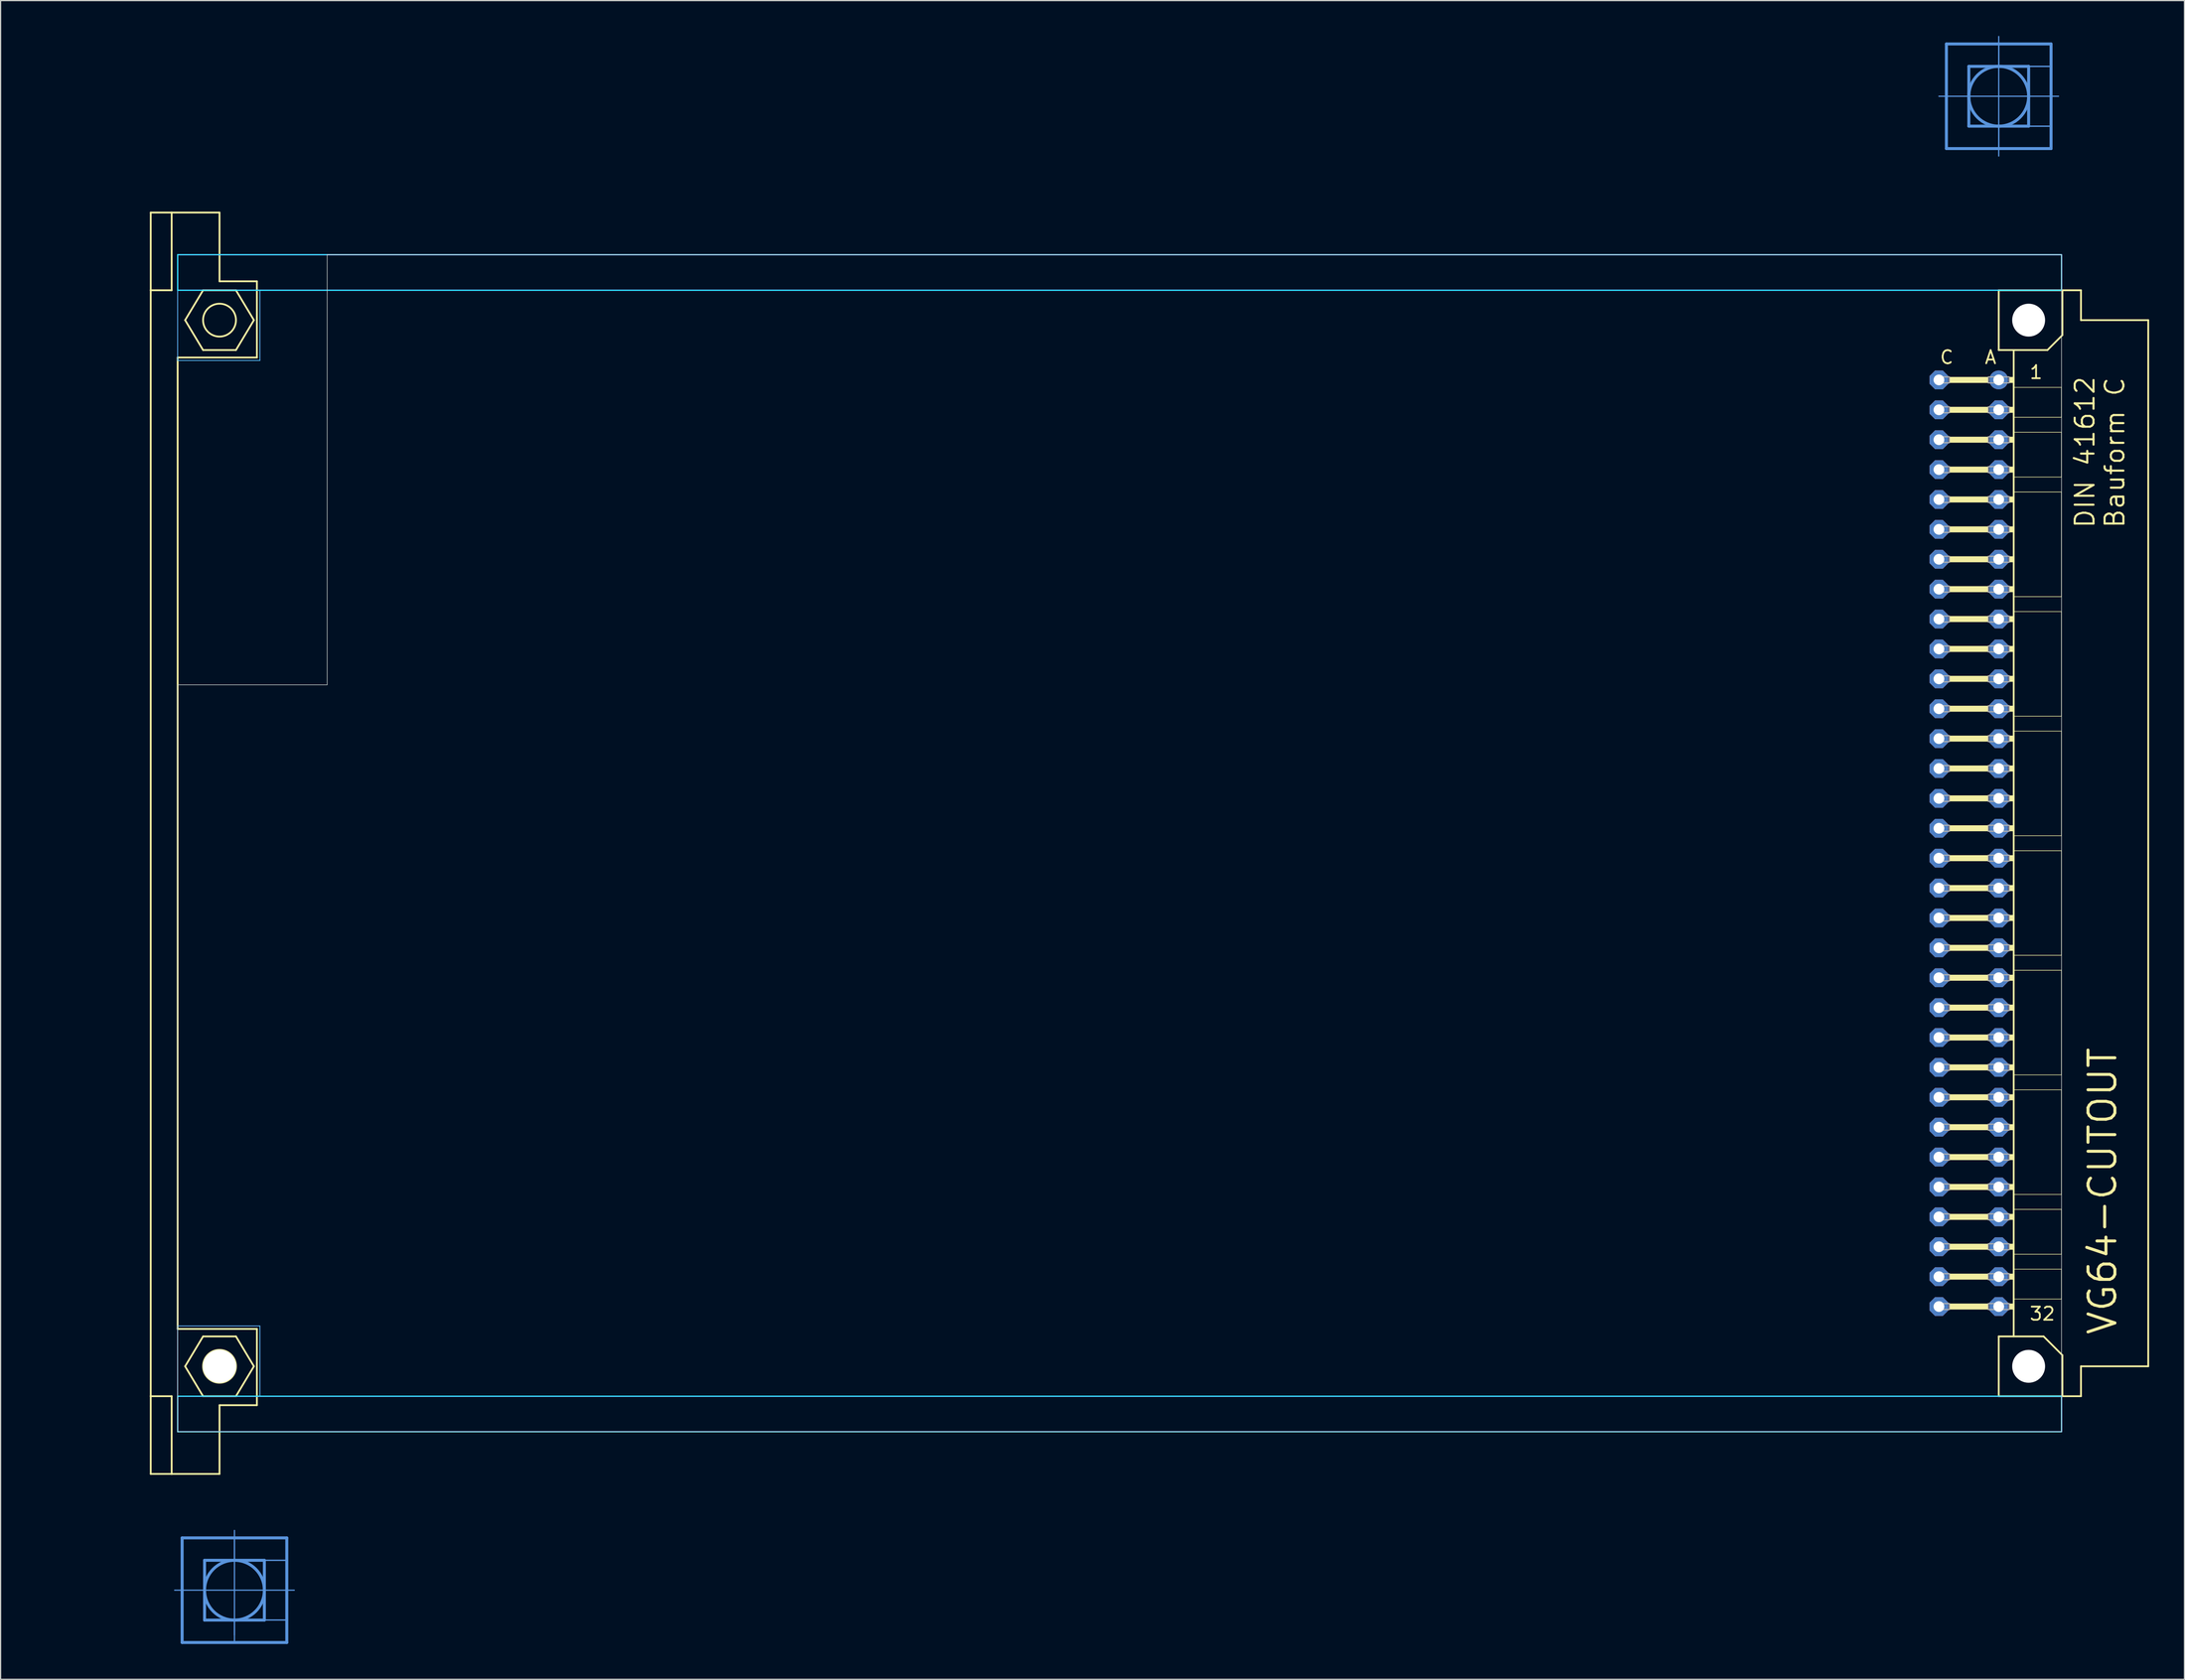
<source format=kicad_pcb>
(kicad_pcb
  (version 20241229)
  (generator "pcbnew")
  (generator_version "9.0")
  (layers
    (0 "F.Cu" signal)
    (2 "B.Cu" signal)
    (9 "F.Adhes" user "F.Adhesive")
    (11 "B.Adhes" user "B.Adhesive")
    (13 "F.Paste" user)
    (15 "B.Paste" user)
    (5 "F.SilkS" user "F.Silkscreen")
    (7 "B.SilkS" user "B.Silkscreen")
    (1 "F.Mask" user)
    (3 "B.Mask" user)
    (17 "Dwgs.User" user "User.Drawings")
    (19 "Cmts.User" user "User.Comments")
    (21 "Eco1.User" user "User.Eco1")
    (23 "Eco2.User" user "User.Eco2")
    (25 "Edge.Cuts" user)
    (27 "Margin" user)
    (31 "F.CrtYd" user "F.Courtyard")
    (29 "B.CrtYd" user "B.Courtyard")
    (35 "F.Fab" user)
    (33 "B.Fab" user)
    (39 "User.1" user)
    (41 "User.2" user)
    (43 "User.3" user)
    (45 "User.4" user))
  (footprint "VG64-CUTOUT"
    (layer "F.Cu")
    (at 11.786 64.795)
    (property "Reference" "VG64-CUTOUT" (at 165.1 45.72 90) (unlocked yes) (layer "F.SilkS") (effects (font (size 2.286 2.286) (thickness 0.254)) (justify left bottom)))
    (fp_line (start 0.254 -38.583) (end 0.254 -46.203) (stroke (width 0.152) (type solid)) (layer "F.Mask"))
    (fp_line (start 0.254 46.203) (end 0.254 53.823) (stroke (width 0.152) (type solid)) (layer "F.Mask"))
    (fp_line (start 7.874 -46.203) (end 0.254 -46.203) (stroke (width 0.152) (type solid)) (layer "F.Mask"))
    (fp_line (start 7.874 53.823) (end 0.254 53.823) (stroke (width 0.152) (type solid)) (layer "F.Mask"))
    (fp_line (start 152.654 -46.203) (end 160.274 -46.203) (stroke (width 0.152) (type solid)) (layer "F.Mask"))
    (fp_line (start 152.654 53.823) (end 160.274 53.823) (stroke (width 0.152) (type solid)) (layer "F.Mask"))
    (fp_line (start 160.274 -38.583) (end 160.274 -46.203) (stroke (width 0.152) (type solid)) (layer "F.Mask"))
    (fp_line (start 160.274 46.203) (end 160.274 53.823) (stroke (width 0.152) (type solid)) (layer "F.Mask"))
    (fp_line (start 0.254 -46.203) (end 7.874 -46.203) (stroke (width 0.152) (type solid)) (layer "B.Mask"))
    (fp_line (start 0.254 -38.583) (end 0.254 -46.203) (stroke (width 0.152) (type solid)) (layer "B.Mask"))
    (fp_line (start 0.254 53.823) (end 0.254 46.203) (stroke (width 0.152) (type solid)) (layer "B.Mask"))
    (fp_line (start 7.874 53.823) (end 0.254 53.823) (stroke (width 0.152) (type solid)) (layer "B.Mask"))
    (fp_line (start 152.654 -46.203) (end 160.274 -46.203) (stroke (width 0.152) (type solid)) (layer "B.Mask"))
    (fp_line (start 160.274 -46.203) (end 160.274 -38.583) (stroke (width 0.152) (type solid)) (layer "B.Mask"))
    (fp_line (start 160.274 46.203) (end 160.274 53.823) (stroke (width 0.152) (type solid)) (layer "B.Mask"))
    (fp_line (start 160.274 53.823) (end 152.654 53.823) (stroke (width 0.152) (type solid)) (layer "B.Mask"))
    (fp_line (start -2.032 -49.784) (end -0.254 -49.784) (stroke (width 0.152) (type solid)) (layer "F.SilkS"))
    (fp_line (start -2.032 -43.18) (end -2.032 -49.784) (stroke (width 0.152) (type solid)) (layer "F.SilkS"))
    (fp_line (start -2.032 -43.18) (end -0.254 -43.18) (stroke (width 0.152) (type solid)) (layer "F.SilkS"))
    (fp_line (start -2.032 50.8) (end -2.032 -43.18) (stroke (width 0.152) (type solid)) (layer "F.SilkS"))
    (fp_line (start -2.032 50.8) (end -0.254 50.8) (stroke (width 0.152) (type solid)) (layer "F.SilkS"))
    (fp_line (start -2.032 57.404) (end -2.032 50.8) (stroke (width 0.152) (type solid)) (layer "F.SilkS"))
    (fp_line (start -2.032 57.404) (end -0.254 57.404) (stroke (width 0.152) (type solid)) (layer "F.SilkS"))
    (fp_line (start -0.254 -49.784) (end -0.254 -43.18) (stroke (width 0.152) (type solid)) (layer "F.SilkS"))
    (fp_line (start -0.254 -49.784) (end 3.81 -49.784) (stroke (width 0.152) (type solid)) (layer "F.SilkS"))
    (fp_line (start -0.254 57.404) (end -0.254 50.8) (stroke (width 0.152) (type solid)) (layer "F.SilkS"))
    (fp_line (start -0.254 57.404) (end 3.81 57.404) (stroke (width 0.152) (type solid)) (layer "F.SilkS"))
    (fp_line (start 0.254 -37.465) (end 0.254 45.085) (stroke (width 0.152) (type solid)) (layer "F.SilkS"))
    (fp_line (start 0.254 -37.465) (end 6.985 -37.465) (stroke (width 0.152) (type solid)) (layer "F.SilkS"))
    (fp_line (start 0.254 45.085) (end 6.985 45.085) (stroke (width 0.152) (type solid)) (layer "F.SilkS"))
    (fp_line (start 0.889 -40.64) (end 2.413 -43.18) (stroke (width 0.152) (type solid)) (layer "F.SilkS"))
    (fp_line (start 0.889 48.26) (end 2.413 50.8) (stroke (width 0.152) (type solid)) (layer "F.SilkS"))
    (fp_line (start 2.413 -43.18) (end 5.207 -43.18) (stroke (width 0.152) (type solid)) (layer "F.SilkS"))
    (fp_line (start 2.413 -38.1) (end 0.889 -40.64) (stroke (width 0.152) (type solid)) (layer "F.SilkS"))
    (fp_line (start 2.413 45.72) (end 0.889 48.26) (stroke (width 0.152) (type solid)) (layer "F.SilkS"))
    (fp_line (start 2.413 50.8) (end 5.207 50.8) (stroke (width 0.152) (type solid)) (layer "F.SilkS"))
    (fp_line (start 3.81 -49.784) (end 3.81 -43.942) (stroke (width 0.152) (type solid)) (layer "F.SilkS"))
    (fp_line (start 3.81 -43.942) (end 6.985 -43.942) (stroke (width 0.152) (type solid)) (layer "F.SilkS"))
    (fp_line (start 3.81 51.562) (end 6.985 51.562) (stroke (width 0.152) (type solid)) (layer "F.SilkS"))
    (fp_line (start 3.81 57.404) (end 3.81 51.562) (stroke (width 0.152) (type solid)) (layer "F.SilkS"))
    (fp_line (start 5.207 -43.18) (end 6.731 -40.64) (stroke (width 0.152) (type solid)) (layer "F.SilkS"))
    (fp_line (start 5.207 -38.1) (end 2.413 -38.1) (stroke (width 0.152) (type solid)) (layer "F.SilkS"))
    (fp_line (start 5.207 45.72) (end 2.413 45.72) (stroke (width 0.152) (type solid)) (layer "F.SilkS"))
    (fp_line (start 5.207 50.8) (end 6.731 48.26) (stroke (width 0.152) (type solid)) (layer "F.SilkS"))
    (fp_line (start 6.731 -40.64) (end 5.207 -38.1) (stroke (width 0.152) (type solid)) (layer "F.SilkS"))
    (fp_line (start 6.731 48.26) (end 5.207 45.72) (stroke (width 0.152) (type solid)) (layer "F.SilkS"))
    (fp_line (start 6.985 -43.942) (end 6.985 -37.465) (stroke (width 0.152) (type solid)) (layer "F.SilkS"))
    (fp_line (start 6.985 51.562) (end 6.985 45.085) (stroke (width 0.152) (type solid)) (layer "F.SilkS"))
    (fp_line (start 154.94 -43.18) (end 154.94 -38.1) (stroke (width 0.152) (type solid)) (layer "F.SilkS"))
    (fp_line (start 154.94 -38.1) (end 156.21 -38.1) (stroke (width 0.152) (type solid)) (layer "F.SilkS"))
    (fp_line (start 154.94 45.72) (end 154.94 50.8) (stroke (width 0.152) (type solid)) (layer "F.SilkS"))
    (fp_line (start 154.94 45.72) (end 156.21 45.72) (stroke (width 0.152) (type solid)) (layer "F.SilkS"))
    (fp_line (start 154.94 50.8) (end 160.35 50.8) (stroke (width 0.152) (type solid)) (layer "F.SilkS"))
    (fp_line (start 156.21 -38.1) (end 156.21 -34.925) (stroke (width 0.152) (type solid)) (layer "F.SilkS"))
    (fp_line (start 156.21 -38.1) (end 159.08 -38.1) (stroke (width 0.152) (type solid)) (layer "F.SilkS"))
    (fp_line (start 156.21 -34.925) (end 156.21 -32.385) (stroke (width 0.152) (type solid)) (layer "F.SilkS"))
    (fp_line (start 156.21 -32.385) (end 156.21 -31.115) (stroke (width 0.152) (type solid)) (layer "F.SilkS"))
    (fp_line (start 156.21 -31.115) (end 156.21 -27.305) (stroke (width 0.152) (type solid)) (layer "F.SilkS"))
    (fp_line (start 156.21 -27.305) (end 156.21 -26.035) (stroke (width 0.152) (type solid)) (layer "F.SilkS"))
    (fp_line (start 156.21 -26.035) (end 156.21 -17.145) (stroke (width 0.152) (type solid)) (layer "F.SilkS"))
    (fp_line (start 156.21 -17.145) (end 156.21 -15.875) (stroke (width 0.152) (type solid)) (layer "F.SilkS"))
    (fp_line (start 156.21 -15.875) (end 156.21 -6.985) (stroke (width 0.152) (type solid)) (layer "F.SilkS"))
    (fp_line (start 156.21 -6.985) (end 156.21 -5.715) (stroke (width 0.152) (type solid)) (layer "F.SilkS"))
    (fp_line (start 156.21 -5.715) (end 156.21 3.175) (stroke (width 0.152) (type solid)) (layer "F.SilkS"))
    (fp_line (start 156.21 3.175) (end 156.21 4.445) (stroke (width 0.152) (type solid)) (layer "F.SilkS"))
    (fp_line (start 156.21 4.445) (end 156.21 13.335) (stroke (width 0.152) (type solid)) (layer "F.SilkS"))
    (fp_line (start 156.21 13.335) (end 156.21 14.605) (stroke (width 0.152) (type solid)) (layer "F.SilkS"))
    (fp_line (start 156.21 14.605) (end 156.21 23.495) (stroke (width 0.152) (type solid)) (layer "F.SilkS"))
    (fp_line (start 156.21 23.495) (end 156.21 24.765) (stroke (width 0.152) (type solid)) (layer "F.SilkS"))
    (fp_line (start 156.21 24.765) (end 156.21 33.655) (stroke (width 0.152) (type solid)) (layer "F.SilkS"))
    (fp_line (start 156.21 33.655) (end 156.21 34.925) (stroke (width 0.152) (type solid)) (layer "F.SilkS"))
    (fp_line (start 156.21 34.925) (end 156.21 38.735) (stroke (width 0.152) (type solid)) (layer "F.SilkS"))
    (fp_line (start 156.21 38.735) (end 156.21 40.005) (stroke (width 0.152) (type solid)) (layer "F.SilkS"))
    (fp_line (start 156.21 40.005) (end 156.21 42.545) (stroke (width 0.152) (type solid)) (layer "F.SilkS"))
    (fp_line (start 156.21 42.545) (end 156.21 45.72) (stroke (width 0.152) (type solid)) (layer "F.SilkS"))
    (fp_line (start 156.21 45.72) (end 158.75 45.72) (stroke (width 0.152) (type solid)) (layer "F.SilkS"))
    (fp_line (start 159.08 -38.1) (end 160.35 -39.37) (stroke (width 0.152) (type solid)) (layer "F.SilkS"))
    (fp_line (start 160.274 -34.925) (end 156.21 -34.925) (stroke (width 0.051) (type solid)) (layer "F.SilkS"))
    (fp_line (start 160.274 -34.925) (end 160.274 -32.385) (stroke (width 0.051) (type solid)) (layer "F.SilkS"))
    (fp_line (start 160.274 -32.385) (end 156.21 -32.385) (stroke (width 0.051) (type solid)) (layer "F.SilkS"))
    (fp_line (start 160.274 -31.115) (end 156.21 -31.115) (stroke (width 0.051) (type solid)) (layer "F.SilkS"))
    (fp_line (start 160.274 -31.115) (end 160.274 -27.305) (stroke (width 0.051) (type solid)) (layer "F.SilkS"))
    (fp_line (start 160.274 -27.305) (end 156.21 -27.305) (stroke (width 0.051) (type solid)) (layer "F.SilkS"))
    (fp_line (start 160.274 -26.035) (end 156.21 -26.035) (stroke (width 0.051) (type solid)) (layer "F.SilkS"))
    (fp_line (start 160.274 -26.035) (end 160.274 -17.145) (stroke (width 0.051) (type solid)) (layer "F.SilkS"))
    (fp_line (start 160.274 -17.145) (end 156.21 -17.145) (stroke (width 0.051) (type solid)) (layer "F.SilkS"))
    (fp_line (start 160.274 -15.875) (end 156.21 -15.875) (stroke (width 0.051) (type solid)) (layer "F.SilkS"))
    (fp_line (start 160.274 -15.875) (end 160.274 -6.985) (stroke (width 0.051) (type solid)) (layer "F.SilkS"))
    (fp_line (start 160.274 -6.985) (end 156.21 -6.985) (stroke (width 0.051) (type solid)) (layer "F.SilkS"))
    (fp_line (start 160.274 -5.715) (end 156.21 -5.715) (stroke (width 0.051) (type solid)) (layer "F.SilkS"))
    (fp_line (start 160.274 -5.715) (end 160.274 3.175) (stroke (width 0.051) (type solid)) (layer "F.SilkS"))
    (fp_line (start 160.274 3.175) (end 156.21 3.175) (stroke (width 0.051) (type solid)) (layer "F.SilkS"))
    (fp_line (start 160.274 4.445) (end 156.21 4.445) (stroke (width 0.051) (type solid)) (layer "F.SilkS"))
    (fp_line (start 160.274 4.445) (end 160.274 13.335) (stroke (width 0.051) (type solid)) (layer "F.SilkS"))
    (fp_line (start 160.274 13.335) (end 156.21 13.335) (stroke (width 0.051) (type solid)) (layer "F.SilkS"))
    (fp_line (start 160.274 14.605) (end 156.21 14.605) (stroke (width 0.051) (type solid)) (layer "F.SilkS"))
    (fp_line (start 160.274 14.605) (end 160.274 23.495) (stroke (width 0.051) (type solid)) (layer "F.SilkS"))
    (fp_line (start 160.274 23.495) (end 156.21 23.495) (stroke (width 0.051) (type solid)) (layer "F.SilkS"))
    (fp_line (start 160.274 24.765) (end 156.21 24.765) (stroke (width 0.051) (type solid)) (layer "F.SilkS"))
    (fp_line (start 160.274 24.765) (end 160.274 33.655) (stroke (width 0.051) (type solid)) (layer "F.SilkS"))
    (fp_line (start 160.274 33.655) (end 156.21 33.655) (stroke (width 0.051) (type solid)) (layer "F.SilkS"))
    (fp_line (start 160.274 34.925) (end 156.21 34.925) (stroke (width 0.051) (type solid)) (layer "F.SilkS"))
    (fp_line (start 160.274 34.925) (end 160.274 38.735) (stroke (width 0.051) (type solid)) (layer "F.SilkS"))
    (fp_line (start 160.274 38.735) (end 156.21 38.735) (stroke (width 0.051) (type solid)) (layer "F.SilkS"))
    (fp_line (start 160.274 40.005) (end 156.21 40.005) (stroke (width 0.051) (type solid)) (layer "F.SilkS"))
    (fp_line (start 160.274 40.005) (end 160.274 42.545) (stroke (width 0.051) (type solid)) (layer "F.SilkS"))
    (fp_line (start 160.274 42.545) (end 156.21 42.545) (stroke (width 0.051) (type solid)) (layer "F.SilkS"))
    (fp_line (start 160.35 -43.18) (end 154.94 -43.18) (stroke (width 0.152) (type solid)) (layer "F.SilkS"))
    (fp_line (start 160.35 -39.37) (end 160.35 -43.18) (stroke (width 0.152) (type solid)) (layer "F.SilkS"))
    (fp_line (start 160.35 47.32) (end 158.75 45.72) (stroke (width 0.152) (type solid)) (layer "F.SilkS"))
    (fp_line (start 160.35 47.32) (end 160.35 50.8) (stroke (width 0.152) (type solid)) (layer "F.SilkS"))
    (fp_line (start 160.35 50.8) (end 161.925 50.8) (stroke (width 0.152) (type solid)) (layer "F.SilkS"))
    (fp_line (start 161.925 -43.18) (end 160.35 -43.18) (stroke (width 0.152) (type solid)) (layer "F.SilkS"))
    (fp_line (start 161.925 -40.64) (end 161.925 -43.18) (stroke (width 0.152) (type solid)) (layer "F.SilkS"))
    (fp_line (start 161.925 48.26) (end 167.64 48.26) (stroke (width 0.152) (type solid)) (layer "F.SilkS"))
    (fp_line (start 161.925 50.8) (end 161.925 48.26) (stroke (width 0.152) (type solid)) (layer "F.SilkS"))
    (fp_line (start 167.64 -40.64) (end 161.925 -40.64) (stroke (width 0.152) (type solid)) (layer "F.SilkS"))
    (fp_line (start 167.64 48.26) (end 167.64 -40.64) (stroke (width 0.152) (type solid)) (layer "F.SilkS"))
    (fp_circle (center 3.81 -40.64) (end 5.207 -40.64) (stroke (width 0.152) (type solid)) (fill no) (layer "F.SilkS"))
    (fp_circle (center 3.81 48.26) (end 5.207 48.26) (stroke (width 0.152) (type solid)) (fill no) (layer "F.SilkS"))
    (fp_circle (center 157.48 -40.64) (end 158.75 -40.64) (stroke (width 0.152) (type solid)) (fill no) (layer "F.SilkS"))
    (fp_circle (center 157.48 48.26) (end 158.75 48.26) (stroke (width 0.152) (type solid)) (fill no) (layer "F.SilkS"))
    (fp_poly (pts (xy 150.749 -35.306) (xy 154.051 -35.306) (xy 154.051 -35.814) (xy 150.749 -35.814)) (stroke (width 0) (type default)) (fill yes) (layer "F.SilkS"))
    (fp_poly (pts (xy 150.749 -32.766) (xy 154.051 -32.766) (xy 154.051 -33.274) (xy 150.749 -33.274)) (stroke (width 0) (type default)) (fill yes) (layer "F.SilkS"))
    (fp_poly (pts (xy 150.749 -30.226) (xy 154.051 -30.226) (xy 154.051 -30.734) (xy 150.749 -30.734)) (stroke (width 0) (type default)) (fill yes) (layer "F.SilkS"))
    (fp_poly (pts (xy 150.749 -27.686) (xy 154.051 -27.686) (xy 154.051 -28.194) (xy 150.749 -28.194)) (stroke (width 0) (type default)) (fill yes) (layer "F.SilkS"))
    (fp_poly (pts (xy 150.749 -25.146) (xy 154.051 -25.146) (xy 154.051 -25.654) (xy 150.749 -25.654)) (stroke (width 0) (type default)) (fill yes) (layer "F.SilkS"))
    (fp_poly (pts (xy 150.749 -22.606) (xy 154.051 -22.606) (xy 154.051 -23.114) (xy 150.749 -23.114)) (stroke (width 0) (type default)) (fill yes) (layer "F.SilkS"))
    (fp_poly (pts (xy 150.749 -20.066) (xy 154.051 -20.066) (xy 154.051 -20.574) (xy 150.749 -20.574)) (stroke (width 0) (type default)) (fill yes) (layer "F.SilkS"))
    (fp_poly (pts (xy 150.749 -17.526) (xy 154.051 -17.526) (xy 154.051 -18.034) (xy 150.749 -18.034)) (stroke (width 0) (type default)) (fill yes) (layer "F.SilkS"))
    (fp_poly (pts (xy 150.749 -14.986) (xy 154.051 -14.986) (xy 154.051 -15.494) (xy 150.749 -15.494)) (stroke (width 0) (type default)) (fill yes) (layer "F.SilkS"))
    (fp_poly (pts (xy 150.749 -12.446) (xy 154.051 -12.446) (xy 154.051 -12.954) (xy 150.749 -12.954)) (stroke (width 0) (type default)) (fill yes) (layer "F.SilkS"))
    (fp_poly (pts (xy 150.749 -9.906) (xy 154.051 -9.906) (xy 154.051 -10.414) (xy 150.749 -10.414)) (stroke (width 0) (type default)) (fill yes) (layer "F.SilkS"))
    (fp_poly (pts (xy 150.749 -7.366) (xy 154.051 -7.366) (xy 154.051 -7.874) (xy 150.749 -7.874)) (stroke (width 0) (type default)) (fill yes) (layer "F.SilkS"))
    (fp_poly (pts (xy 150.749 -4.826) (xy 154.051 -4.826) (xy 154.051 -5.334) (xy 150.749 -5.334)) (stroke (width 0) (type default)) (fill yes) (layer "F.SilkS"))
    (fp_poly (pts (xy 150.749 -2.286) (xy 154.051 -2.286) (xy 154.051 -2.794) (xy 150.749 -2.794)) (stroke (width 0) (type default)) (fill yes) (layer "F.SilkS"))
    (fp_poly (pts (xy 150.749 0.254) (xy 154.051 0.254) (xy 154.051 -0.254) (xy 150.749 -0.254)) (stroke (width 0) (type default)) (fill yes) (layer "F.SilkS"))
    (fp_poly (pts (xy 150.749 2.794) (xy 154.051 2.794) (xy 154.051 2.286) (xy 150.749 2.286)) (stroke (width 0) (type default)) (fill yes) (layer "F.SilkS"))
    (fp_poly (pts (xy 150.749 5.334) (xy 154.051 5.334) (xy 154.051 4.826) (xy 150.749 4.826)) (stroke (width 0) (type default)) (fill yes) (layer "F.SilkS"))
    (fp_poly (pts (xy 150.749 7.874) (xy 154.051 7.874) (xy 154.051 7.366) (xy 150.749 7.366)) (stroke (width 0) (type default)) (fill yes) (layer "F.SilkS"))
    (fp_poly (pts (xy 150.749 10.414) (xy 154.051 10.414) (xy 154.051 9.906) (xy 150.749 9.906)) (stroke (width 0) (type default)) (fill yes) (layer "F.SilkS"))
    (fp_poly (pts (xy 150.749 12.954) (xy 154.051 12.954) (xy 154.051 12.446) (xy 150.749 12.446)) (stroke (width 0) (type default)) (fill yes) (layer "F.SilkS"))
    (fp_poly (pts (xy 150.749 15.494) (xy 154.051 15.494) (xy 154.051 14.986) (xy 150.749 14.986)) (stroke (width 0) (type default)) (fill yes) (layer "F.SilkS"))
    (fp_poly (pts (xy 150.749 18.034) (xy 154.051 18.034) (xy 154.051 17.526) (xy 150.749 17.526)) (stroke (width 0) (type default)) (fill yes) (layer "F.SilkS"))
    (fp_poly (pts (xy 150.749 20.574) (xy 154.051 20.574) (xy 154.051 20.066) (xy 150.749 20.066)) (stroke (width 0) (type default)) (fill yes) (layer "F.SilkS"))
    (fp_poly (pts (xy 150.749 23.114) (xy 154.051 23.114) (xy 154.051 22.606) (xy 150.749 22.606)) (stroke (width 0) (type default)) (fill yes) (layer "F.SilkS"))
    (fp_poly (pts (xy 150.749 25.654) (xy 154.051 25.654) (xy 154.051 25.146) (xy 150.749 25.146)) (stroke (width 0) (type default)) (fill yes) (layer "F.SilkS"))
    (fp_poly (pts (xy 150.749 28.194) (xy 154.051 28.194) (xy 154.051 27.686) (xy 150.749 27.686)) (stroke (width 0) (type default)) (fill yes) (layer "F.SilkS"))
    (fp_poly (pts (xy 150.749 30.734) (xy 154.051 30.734) (xy 154.051 30.226) (xy 150.749 30.226)) (stroke (width 0) (type default)) (fill yes) (layer "F.SilkS"))
    (fp_poly (pts (xy 150.749 33.274) (xy 154.051 33.274) (xy 154.051 32.766) (xy 150.749 32.766)) (stroke (width 0) (type default)) (fill yes) (layer "F.SilkS"))
    (fp_poly (pts (xy 150.749 35.814) (xy 154.051 35.814) (xy 154.051 35.306) (xy 150.749 35.306)) (stroke (width 0) (type default)) (fill yes) (layer "F.SilkS"))
    (fp_poly (pts (xy 150.749 38.354) (xy 154.051 38.354) (xy 154.051 37.846) (xy 150.749 37.846)) (stroke (width 0) (type default)) (fill yes) (layer "F.SilkS"))
    (fp_poly (pts (xy 150.749 40.894) (xy 154.051 40.894) (xy 154.051 40.386) (xy 150.749 40.386)) (stroke (width 0) (type default)) (fill yes) (layer "F.SilkS"))
    (fp_poly (pts (xy 150.749 43.434) (xy 154.051 43.434) (xy 154.051 42.926) (xy 150.749 42.926)) (stroke (width 0) (type default)) (fill yes) (layer "F.SilkS"))
    (fp_poly (pts (xy 155.829 -35.306) (xy 156.21 -35.306) (xy 156.21 -35.814) (xy 155.829 -35.814)) (stroke (width 0) (type default)) (fill yes) (layer "F.SilkS"))
    (fp_poly (pts (xy 155.829 -32.766) (xy 156.21 -32.766) (xy 156.21 -33.274) (xy 155.829 -33.274)) (stroke (width 0) (type default)) (fill yes) (layer "F.SilkS"))
    (fp_poly (pts (xy 155.829 -30.226) (xy 156.21 -30.226) (xy 156.21 -30.734) (xy 155.829 -30.734)) (stroke (width 0) (type default)) (fill yes) (layer "F.SilkS"))
    (fp_poly (pts (xy 155.829 -27.686) (xy 156.21 -27.686) (xy 156.21 -28.194) (xy 155.829 -28.194)) (stroke (width 0) (type default)) (fill yes) (layer "F.SilkS"))
    (fp_poly (pts (xy 155.829 -25.146) (xy 156.21 -25.146) (xy 156.21 -25.654) (xy 155.829 -25.654)) (stroke (width 0) (type default)) (fill yes) (layer "F.SilkS"))
    (fp_poly (pts (xy 155.829 -22.606) (xy 156.21 -22.606) (xy 156.21 -23.114) (xy 155.829 -23.114)) (stroke (width 0) (type default)) (fill yes) (layer "F.SilkS"))
    (fp_poly (pts (xy 155.829 -20.066) (xy 156.21 -20.066) (xy 156.21 -20.574) (xy 155.829 -20.574)) (stroke (width 0) (type default)) (fill yes) (layer "F.SilkS"))
    (fp_poly (pts (xy 155.829 -17.526) (xy 156.21 -17.526) (xy 156.21 -18.034) (xy 155.829 -18.034)) (stroke (width 0) (type default)) (fill yes) (layer "F.SilkS"))
    (fp_poly (pts (xy 155.829 -14.986) (xy 156.21 -14.986) (xy 156.21 -15.494) (xy 155.829 -15.494)) (stroke (width 0) (type default)) (fill yes) (layer "F.SilkS"))
    (fp_poly (pts (xy 155.829 -12.446) (xy 156.21 -12.446) (xy 156.21 -12.954) (xy 155.829 -12.954)) (stroke (width 0) (type default)) (fill yes) (layer "F.SilkS"))
    (fp_poly (pts (xy 155.829 -9.906) (xy 156.21 -9.906) (xy 156.21 -10.414) (xy 155.829 -10.414)) (stroke (width 0) (type default)) (fill yes) (layer "F.SilkS"))
    (fp_poly (pts (xy 155.829 -7.366) (xy 156.21 -7.366) (xy 156.21 -7.874) (xy 155.829 -7.874)) (stroke (width 0) (type default)) (fill yes) (layer "F.SilkS"))
    (fp_poly (pts (xy 155.829 -4.826) (xy 156.21 -4.826) (xy 156.21 -5.334) (xy 155.829 -5.334)) (stroke (width 0) (type default)) (fill yes) (layer "F.SilkS"))
    (fp_poly (pts (xy 155.829 -2.286) (xy 156.21 -2.286) (xy 156.21 -2.794) (xy 155.829 -2.794)) (stroke (width 0) (type default)) (fill yes) (layer "F.SilkS"))
    (fp_poly (pts (xy 155.829 0.254) (xy 156.21 0.254) (xy 156.21 -0.254) (xy 155.829 -0.254)) (stroke (width 0) (type default)) (fill yes) (layer "F.SilkS"))
    (fp_poly (pts (xy 155.829 2.794) (xy 156.21 2.794) (xy 156.21 2.286) (xy 155.829 2.286)) (stroke (width 0) (type default)) (fill yes) (layer "F.SilkS"))
    (fp_poly (pts (xy 155.829 5.334) (xy 156.21 5.334) (xy 156.21 4.826) (xy 155.829 4.826)) (stroke (width 0) (type default)) (fill yes) (layer "F.SilkS"))
    (fp_poly (pts (xy 155.829 7.874) (xy 156.21 7.874) (xy 156.21 7.366) (xy 155.829 7.366)) (stroke (width 0) (type default)) (fill yes) (layer "F.SilkS"))
    (fp_poly (pts (xy 155.829 10.414) (xy 156.21 10.414) (xy 156.21 9.906) (xy 155.829 9.906)) (stroke (width 0) (type default)) (fill yes) (layer "F.SilkS"))
    (fp_poly (pts (xy 155.829 12.954) (xy 156.21 12.954) (xy 156.21 12.446) (xy 155.829 12.446)) (stroke (width 0) (type default)) (fill yes) (layer "F.SilkS"))
    (fp_poly (pts (xy 155.829 15.494) (xy 156.21 15.494) (xy 156.21 14.986) (xy 155.829 14.986)) (stroke (width 0) (type default)) (fill yes) (layer "F.SilkS"))
    (fp_poly (pts (xy 155.829 18.034) (xy 156.21 18.034) (xy 156.21 17.526) (xy 155.829 17.526)) (stroke (width 0) (type default)) (fill yes) (layer "F.SilkS"))
    (fp_poly (pts (xy 155.829 20.574) (xy 156.21 20.574) (xy 156.21 20.066) (xy 155.829 20.066)) (stroke (width 0) (type default)) (fill yes) (layer "F.SilkS"))
    (fp_poly (pts (xy 155.829 23.114) (xy 156.21 23.114) (xy 156.21 22.606) (xy 155.829 22.606)) (stroke (width 0) (type default)) (fill yes) (layer "F.SilkS"))
    (fp_poly (pts (xy 155.829 25.654) (xy 156.21 25.654) (xy 156.21 25.146) (xy 155.829 25.146)) (stroke (width 0) (type default)) (fill yes) (layer "F.SilkS"))
    (fp_poly (pts (xy 155.829 28.194) (xy 156.21 28.194) (xy 156.21 27.686) (xy 155.829 27.686)) (stroke (width 0) (type default)) (fill yes) (layer "F.SilkS"))
    (fp_poly (pts (xy 155.829 30.734) (xy 156.21 30.734) (xy 156.21 30.226) (xy 155.829 30.226)) (stroke (width 0) (type default)) (fill yes) (layer "F.SilkS"))
    (fp_poly (pts (xy 155.829 33.274) (xy 156.21 33.274) (xy 156.21 32.766) (xy 155.829 32.766)) (stroke (width 0) (type default)) (fill yes) (layer "F.SilkS"))
    (fp_poly (pts (xy 155.829 35.814) (xy 156.21 35.814) (xy 156.21 35.306) (xy 155.829 35.306)) (stroke (width 0) (type default)) (fill yes) (layer "F.SilkS"))
    (fp_poly (pts (xy 155.829 38.354) (xy 156.21 38.354) (xy 156.21 37.846) (xy 155.829 37.846)) (stroke (width 0) (type default)) (fill yes) (layer "F.SilkS"))
    (fp_poly (pts (xy 155.829 40.894) (xy 156.21 40.894) (xy 156.21 40.386) (xy 155.829 40.386)) (stroke (width 0) (type default)) (fill yes) (layer "F.SilkS"))
    (fp_poly (pts (xy 155.829 43.434) (xy 156.21 43.434) (xy 156.21 42.926) (xy 155.829 42.926)) (stroke (width 0) (type default)) (fill yes) (layer "F.SilkS"))
    (fp_line (start 0 67.285) (end 0.635 67.285) (stroke (width 0.102) (type solid)) (layer "Cmts.User"))
    (fp_line (start 0.635 62.84) (end 9.525 62.84) (stroke (width 0.254) (type solid)) (layer "Cmts.User"))
    (fp_line (start 0.635 67.285) (end 0.635 62.84) (stroke (width 0.254) (type solid)) (layer "Cmts.User"))
    (fp_line (start 0.635 67.285) (end 10.16 67.285) (stroke (width 0.102) (type solid)) (layer "Cmts.User"))
    (fp_line (start 0.635 71.73) (end 0.635 67.285) (stroke (width 0.254) (type solid)) (layer "Cmts.User"))
    (fp_line (start 2.54 64.745) (end 2.54 69.825) (stroke (width 0.254) (type solid)) (layer "Cmts.User"))
    (fp_line (start 2.54 69.825) (end 7.62 69.825) (stroke (width 0.254) (type solid)) (layer "Cmts.User"))
    (fp_line (start 5.08 71.095) (end 5.08 62.205) (stroke (width 0.102) (type solid)) (layer "Cmts.User"))
    (fp_line (start 7.62 64.745) (end 2.54 64.745) (stroke (width 0.254) (type solid)) (layer "Cmts.User"))
    (fp_line (start 7.62 69.825) (end 7.62 64.745) (stroke (width 0.254) (type solid)) (layer "Cmts.User"))
    (fp_line (start 9.525 62.84) (end 9.525 71.73) (stroke (width 0.254) (type solid)) (layer "Cmts.User"))
    (fp_line (start 9.525 71.73) (end 0.635 71.73) (stroke (width 0.254) (type solid)) (layer "Cmts.User"))
    (fp_line (start 149.86 -59.665) (end 150.495 -59.665) (stroke (width 0.102) (type solid)) (layer "Cmts.User"))
    (fp_line (start 150.495 -64.11) (end 159.385 -64.11) (stroke (width 0.254) (type solid)) (layer "Cmts.User"))
    (fp_line (start 150.495 -59.665) (end 150.495 -64.11) (stroke (width 0.254) (type solid)) (layer "Cmts.User"))
    (fp_line (start 150.495 -59.665) (end 160.02 -59.665) (stroke (width 0.102) (type solid)) (layer "Cmts.User"))
    (fp_line (start 150.495 -55.22) (end 150.495 -59.665) (stroke (width 0.254) (type solid)) (layer "Cmts.User"))
    (fp_line (start 152.4 -62.205) (end 152.4 -57.125) (stroke (width 0.254) (type solid)) (layer "Cmts.User"))
    (fp_line (start 152.4 -57.125) (end 157.48 -57.125) (stroke (width 0.254) (type solid)) (layer "Cmts.User"))
    (fp_line (start 154.94 -54.585) (end 154.94 -64.745) (stroke (width 0.102) (type solid)) (layer "Cmts.User"))
    (fp_line (start 157.48 -62.205) (end 152.4 -62.205) (stroke (width 0.254) (type solid)) (layer "Cmts.User"))
    (fp_line (start 157.48 -57.125) (end 157.48 -62.205) (stroke (width 0.254) (type solid)) (layer "Cmts.User"))
    (fp_line (start 159.385 -64.11) (end 159.385 -55.22) (stroke (width 0.254) (type solid)) (layer "Cmts.User"))
    (fp_line (start 159.385 -55.22) (end 150.495 -55.22) (stroke (width 0.254) (type solid)) (layer "Cmts.User"))
    (fp_circle (center 5.08 67.285) (end 7.62 67.285) (stroke (width 0.254) (type solid)) (fill no) (layer "Cmts.User"))
    (fp_circle (center 154.94 -59.665) (end 157.48 -59.665) (stroke (width 0.254) (type solid)) (fill no) (layer "Cmts.User"))
    (fp_poly (pts (xy 5.08 64.745) (xy 9.525 64.745) (xy 9.525 62.84) (xy 5.08 62.84)) (stroke (width 0.1) (type default)) (fill no) (layer "Cmts.User"))
    (fp_poly (pts (xy 5.08 71.73) (xy 9.525 71.73) (xy 9.525 69.825) (xy 5.08 69.825)) (stroke (width 0.1) (type default)) (fill no) (layer "Cmts.User"))
    (fp_poly (pts (xy 7.62 69.825) (xy 9.525 69.825) (xy 9.525 64.745) (xy 7.62 64.745)) (stroke (width 0.1) (type default)) (fill no) (layer "Cmts.User"))
    (fp_poly (pts (xy 154.94 -62.205) (xy 159.385 -62.205) (xy 159.385 -64.11) (xy 154.94 -64.11)) (stroke (width 0.1) (type default)) (fill no) (layer "Cmts.User"))
    (fp_poly (pts (xy 154.94 -55.22) (xy 159.385 -55.22) (xy 159.385 -57.125) (xy 154.94 -57.125)) (stroke (width 0.1) (type default)) (fill no) (layer "Cmts.User"))
    (fp_poly (pts (xy 157.48 -57.125) (xy 159.385 -57.125) (xy 159.385 -62.205) (xy 157.48 -62.205)) (stroke (width 0.1) (type default)) (fill no) (layer "Cmts.User"))
    (fp_line (start 0.254 -9.652) (end 0.254 53.823) (stroke (width 0.05) (type solid)) (layer "Edge.Cuts"))
    (fp_line (start 0.254 -9.652) (end 12.954 -9.652) (stroke (width 0.05) (type solid)) (layer "Edge.Cuts"))
    (fp_line (start 0.254 53.823) (end 160.274 53.823) (stroke (width 0.05) (type solid)) (layer "Edge.Cuts"))
    (fp_line (start 12.954 -9.652) (end 12.954 -46.203) (stroke (width 0.05) (type solid)) (layer "Edge.Cuts"))
    (fp_line (start 160.274 -46.203) (end 12.954 -46.203) (stroke (width 0.05) (type solid)) (layer "Edge.Cuts"))
    (fp_line (start 160.274 53.823) (end 160.274 -46.203) (stroke (width 0.05) (type solid)) (layer "Edge.Cuts"))
    (fp_line (start 0.254 -37.211) (end 0.254 -46.203) (stroke (width 0.051) (type solid)) (layer "B.CrtYd"))
    (fp_line (start 0.254 -37.211) (end 7.239 -37.211) (stroke (width 0.051) (type solid)) (layer "B.CrtYd"))
    (fp_line (start 0.254 44.831) (end 0.254 53.823) (stroke (width 0.051) (type solid)) (layer "B.CrtYd"))
    (fp_line (start 0.254 44.831) (end 7.239 44.831) (stroke (width 0.051) (type solid)) (layer "B.CrtYd"))
    (fp_line (start 7.239 -43.18) (end 7.239 -37.211) (stroke (width 0.051) (type solid)) (layer "B.CrtYd"))
    (fp_line (start 7.239 50.8) (end 7.239 44.831) (stroke (width 0.051) (type solid)) (layer "B.CrtYd"))
    (fp_line (start 160.274 -46.203) (end 160.274 -43.18) (stroke (width 0.051) (type solid)) (layer "B.CrtYd"))
    (fp_line (start 160.274 53.823) (end 160.274 50.8) (stroke (width 0.051) (type solid)) (layer "B.CrtYd"))
    (fp_poly (pts (xy 0.254 -43.18) (xy 160.274 -43.18) (xy 160.274 -46.203) (xy 0.254 -46.203)) (stroke (width 0.1) (type default)) (fill no) (layer "B.CrtYd"))
    (fp_poly (pts (xy 0.254 53.823) (xy 160.274 53.823) (xy 160.274 50.8) (xy 0.254 50.8)) (stroke (width 0.1) (type default)) (fill no) (layer "B.CrtYd"))
    (fp_line (start 0.254 -37.211) (end 0.254 -46.203) (stroke (width 0.051) (type solid)) (layer "F.CrtYd"))
    (fp_line (start 0.254 -37.211) (end 7.239 -37.211) (stroke (width 0.051) (type solid)) (layer "F.CrtYd"))
    (fp_line (start 0.254 44.831) (end 0.254 53.823) (stroke (width 0.051) (type solid)) (layer "F.CrtYd"))
    (fp_line (start 0.254 44.831) (end 7.239 44.831) (stroke (width 0.051) (type solid)) (layer "F.CrtYd"))
    (fp_line (start 7.239 -43.18) (end 7.239 -37.211) (stroke (width 0.051) (type solid)) (layer "F.CrtYd"))
    (fp_line (start 7.239 50.8) (end 7.239 44.831) (stroke (width 0.051) (type solid)) (layer "F.CrtYd"))
    (fp_line (start 160.274 -46.203) (end 160.274 -43.18) (stroke (width 0.051) (type solid)) (layer "F.CrtYd"))
    (fp_line (start 160.274 53.823) (end 160.274 50.8) (stroke (width 0.051) (type solid)) (layer "F.CrtYd"))
    (fp_poly (pts (xy 0.254 -43.18) (xy 160.274 -43.18) (xy 160.274 -46.203) (xy 0.254 -46.203)) (stroke (width 0.1) (type default)) (fill no) (layer "F.CrtYd"))
    (fp_poly (pts (xy 0.254 53.823) (xy 160.274 53.823) (xy 160.274 50.8) (xy 0.254 50.8)) (stroke (width 0.1) (type default)) (fill no) (layer "F.CrtYd"))
    (fp_poly (pts (xy 149.606 -35.306) (xy 150.749 -35.306) (xy 150.749 -35.814) (xy 149.606 -35.814)) (stroke (width 0.1) (type default)) (fill no) (layer "F.Fab"))
    (fp_poly (pts (xy 149.606 -32.766) (xy 150.749 -32.766) (xy 150.749 -33.274) (xy 149.606 -33.274)) (stroke (width 0.1) (type default)) (fill no) (layer "F.Fab"))
    (fp_poly (pts (xy 149.606 -30.226) (xy 150.749 -30.226) (xy 150.749 -30.734) (xy 149.606 -30.734)) (stroke (width 0.1) (type default)) (fill no) (layer "F.Fab"))
    (fp_poly (pts (xy 149.606 -27.686) (xy 150.749 -27.686) (xy 150.749 -28.194) (xy 149.606 -28.194)) (stroke (width 0.1) (type default)) (fill no) (layer "F.Fab"))
    (fp_poly (pts (xy 149.606 -25.146) (xy 150.749 -25.146) (xy 150.749 -25.654) (xy 149.606 -25.654)) (stroke (width 0.1) (type default)) (fill no) (layer "F.Fab"))
    (fp_poly (pts (xy 149.606 -22.606) (xy 150.749 -22.606) (xy 150.749 -23.114) (xy 149.606 -23.114)) (stroke (width 0.1) (type default)) (fill no) (layer "F.Fab"))
    (fp_poly (pts (xy 149.606 -20.066) (xy 150.749 -20.066) (xy 150.749 -20.574) (xy 149.606 -20.574)) (stroke (width 0.1) (type default)) (fill no) (layer "F.Fab"))
    (fp_poly (pts (xy 149.606 -17.526) (xy 150.749 -17.526) (xy 150.749 -18.034) (xy 149.606 -18.034)) (stroke (width 0.1) (type default)) (fill no) (layer "F.Fab"))
    (fp_poly (pts (xy 149.606 -14.986) (xy 150.749 -14.986) (xy 150.749 -15.494) (xy 149.606 -15.494)) (stroke (width 0.1) (type default)) (fill no) (layer "F.Fab"))
    (fp_poly (pts (xy 149.606 -12.446) (xy 150.749 -12.446) (xy 150.749 -12.954) (xy 149.606 -12.954)) (stroke (width 0.1) (type default)) (fill no) (layer "F.Fab"))
    (fp_poly (pts (xy 149.606 -9.906) (xy 150.749 -9.906) (xy 150.749 -10.414) (xy 149.606 -10.414)) (stroke (width 0.1) (type default)) (fill no) (layer "F.Fab"))
    (fp_poly (pts (xy 149.606 -7.366) (xy 150.749 -7.366) (xy 150.749 -7.874) (xy 149.606 -7.874)) (stroke (width 0.1) (type default)) (fill no) (layer "F.Fab"))
    (fp_poly (pts (xy 149.606 -4.826) (xy 150.749 -4.826) (xy 150.749 -5.334) (xy 149.606 -5.334)) (stroke (width 0.1) (type default)) (fill no) (layer "F.Fab"))
    (fp_poly (pts (xy 149.606 -2.286) (xy 150.749 -2.286) (xy 150.749 -2.794) (xy 149.606 -2.794)) (stroke (width 0.1) (type default)) (fill no) (layer "F.Fab"))
    (fp_poly (pts (xy 149.606 0.254) (xy 150.749 0.254) (xy 150.749 -0.254) (xy 149.606 -0.254)) (stroke (width 0.1) (type default)) (fill no) (layer "F.Fab"))
    (fp_poly (pts (xy 149.606 2.794) (xy 150.749 2.794) (xy 150.749 2.286) (xy 149.606 2.286)) (stroke (width 0.1) (type default)) (fill no) (layer "F.Fab"))
    (fp_poly (pts (xy 149.606 5.334) (xy 150.749 5.334) (xy 150.749 4.826) (xy 149.606 4.826)) (stroke (width 0.1) (type default)) (fill no) (layer "F.Fab"))
    (fp_poly (pts (xy 149.606 7.874) (xy 150.749 7.874) (xy 150.749 7.366) (xy 149.606 7.366)) (stroke (width 0.1) (type default)) (fill no) (layer "F.Fab"))
    (fp_poly (pts (xy 149.606 10.414) (xy 150.749 10.414) (xy 150.749 9.906) (xy 149.606 9.906)) (stroke (width 0.1) (type default)) (fill no) (layer "F.Fab"))
    (fp_poly (pts (xy 149.606 12.954) (xy 150.749 12.954) (xy 150.749 12.446) (xy 149.606 12.446)) (stroke (width 0.1) (type default)) (fill no) (layer "F.Fab"))
    (fp_poly (pts (xy 149.606 15.494) (xy 150.749 15.494) (xy 150.749 14.986) (xy 149.606 14.986)) (stroke (width 0.1) (type default)) (fill no) (layer "F.Fab"))
    (fp_poly (pts (xy 149.606 18.034) (xy 150.749 18.034) (xy 150.749 17.526) (xy 149.606 17.526)) (stroke (width 0.1) (type default)) (fill no) (layer "F.Fab"))
    (fp_poly (pts (xy 149.606 20.574) (xy 150.749 20.574) (xy 150.749 20.066) (xy 149.606 20.066)) (stroke (width 0.1) (type default)) (fill no) (layer "F.Fab"))
    (fp_poly (pts (xy 149.606 23.114) (xy 150.749 23.114) (xy 150.749 22.606) (xy 149.606 22.606)) (stroke (width 0.1) (type default)) (fill no) (layer "F.Fab"))
    (fp_poly (pts (xy 149.606 25.654) (xy 150.749 25.654) (xy 150.749 25.146) (xy 149.606 25.146)) (stroke (width 0.1) (type default)) (fill no) (layer "F.Fab"))
    (fp_poly (pts (xy 149.606 28.194) (xy 150.749 28.194) (xy 150.749 27.686) (xy 149.606 27.686)) (stroke (width 0.1) (type default)) (fill no) (layer "F.Fab"))
    (fp_poly (pts (xy 149.606 30.734) (xy 150.749 30.734) (xy 150.749 30.226) (xy 149.606 30.226)) (stroke (width 0.1) (type default)) (fill no) (layer "F.Fab"))
    (fp_poly (pts (xy 149.606 33.274) (xy 150.749 33.274) (xy 150.749 32.766) (xy 149.606 32.766)) (stroke (width 0.1) (type default)) (fill no) (layer "F.Fab"))
    (fp_poly (pts (xy 149.606 35.814) (xy 150.749 35.814) (xy 150.749 35.306) (xy 149.606 35.306)) (stroke (width 0.1) (type default)) (fill no) (layer "F.Fab"))
    (fp_poly (pts (xy 149.606 38.354) (xy 150.749 38.354) (xy 150.749 37.846) (xy 149.606 37.846)) (stroke (width 0.1) (type default)) (fill no) (layer "F.Fab"))
    (fp_poly (pts (xy 149.606 40.894) (xy 150.749 40.894) (xy 150.749 40.386) (xy 149.606 40.386)) (stroke (width 0.1) (type default)) (fill no) (layer "F.Fab"))
    (fp_poly (pts (xy 149.606 43.434) (xy 150.749 43.434) (xy 150.749 42.926) (xy 149.606 42.926)) (stroke (width 0.1) (type default)) (fill no) (layer "F.Fab"))
    (fp_poly (pts (xy 154.051 -35.306) (xy 155.829 -35.306) (xy 155.829 -35.814) (xy 154.051 -35.814)) (stroke (width 0.1) (type default)) (fill no) (layer "F.Fab"))
    (fp_poly (pts (xy 154.051 -32.766) (xy 155.829 -32.766) (xy 155.829 -33.274) (xy 154.051 -33.274)) (stroke (width 0.1) (type default)) (fill no) (layer "F.Fab"))
    (fp_poly (pts (xy 154.051 -30.226) (xy 155.829 -30.226) (xy 155.829 -30.734) (xy 154.051 -30.734)) (stroke (width 0.1) (type default)) (fill no) (layer "F.Fab"))
    (fp_poly (pts (xy 154.051 -27.686) (xy 155.829 -27.686) (xy 155.829 -28.194) (xy 154.051 -28.194)) (stroke (width 0.1) (type default)) (fill no) (layer "F.Fab"))
    (fp_poly (pts (xy 154.051 -25.146) (xy 155.829 -25.146) (xy 155.829 -25.654) (xy 154.051 -25.654)) (stroke (width 0.1) (type default)) (fill no) (layer "F.Fab"))
    (fp_poly (pts (xy 154.051 -22.606) (xy 155.829 -22.606) (xy 155.829 -23.114) (xy 154.051 -23.114)) (stroke (width 0.1) (type default)) (fill no) (layer "F.Fab"))
    (fp_poly (pts (xy 154.051 -20.066) (xy 155.829 -20.066) (xy 155.829 -20.574) (xy 154.051 -20.574)) (stroke (width 0.1) (type default)) (fill no) (layer "F.Fab"))
    (fp_poly (pts (xy 154.051 -17.526) (xy 155.829 -17.526) (xy 155.829 -18.034) (xy 154.051 -18.034)) (stroke (width 0.1) (type default)) (fill no) (layer "F.Fab"))
    (fp_poly (pts (xy 154.051 -14.986) (xy 155.829 -14.986) (xy 155.829 -15.494) (xy 154.051 -15.494)) (stroke (width 0.1) (type default)) (fill no) (layer "F.Fab"))
    (fp_poly (pts (xy 154.051 -12.446) (xy 155.829 -12.446) (xy 155.829 -12.954) (xy 154.051 -12.954)) (stroke (width 0.1) (type default)) (fill no) (layer "F.Fab"))
    (fp_poly (pts (xy 154.051 -9.906) (xy 155.829 -9.906) (xy 155.829 -10.414) (xy 154.051 -10.414)) (stroke (width 0.1) (type default)) (fill no) (layer "F.Fab"))
    (fp_poly (pts (xy 154.051 -7.366) (xy 155.829 -7.366) (xy 155.829 -7.874) (xy 154.051 -7.874)) (stroke (width 0.1) (type default)) (fill no) (layer "F.Fab"))
    (fp_poly (pts (xy 154.051 -4.826) (xy 155.829 -4.826) (xy 155.829 -5.334) (xy 154.051 -5.334)) (stroke (width 0.1) (type default)) (fill no) (layer "F.Fab"))
    (fp_poly (pts (xy 154.051 -2.286) (xy 155.829 -2.286) (xy 155.829 -2.794) (xy 154.051 -2.794)) (stroke (width 0.1) (type default)) (fill no) (layer "F.Fab"))
    (fp_poly (pts (xy 154.051 0.254) (xy 155.829 0.254) (xy 155.829 -0.254) (xy 154.051 -0.254)) (stroke (width 0.1) (type default)) (fill no) (layer "F.Fab"))
    (fp_poly (pts (xy 154.051 2.794) (xy 155.829 2.794) (xy 155.829 2.286) (xy 154.051 2.286)) (stroke (width 0.1) (type default)) (fill no) (layer "F.Fab"))
    (fp_poly (pts (xy 154.051 5.334) (xy 155.829 5.334) (xy 155.829 4.826) (xy 154.051 4.826)) (stroke (width 0.1) (type default)) (fill no) (layer "F.Fab"))
    (fp_poly (pts (xy 154.051 7.874) (xy 155.829 7.874) (xy 155.829 7.366) (xy 154.051 7.366)) (stroke (width 0.1) (type default)) (fill no) (layer "F.Fab"))
    (fp_poly (pts (xy 154.051 10.414) (xy 155.829 10.414) (xy 155.829 9.906) (xy 154.051 9.906)) (stroke (width 0.1) (type default)) (fill no) (layer "F.Fab"))
    (fp_poly (pts (xy 154.051 12.954) (xy 155.829 12.954) (xy 155.829 12.446) (xy 154.051 12.446)) (stroke (width 0.1) (type default)) (fill no) (layer "F.Fab"))
    (fp_poly (pts (xy 154.051 15.494) (xy 155.829 15.494) (xy 155.829 14.986) (xy 154.051 14.986)) (stroke (width 0.1) (type default)) (fill no) (layer "F.Fab"))
    (fp_poly (pts (xy 154.051 18.034) (xy 155.829 18.034) (xy 155.829 17.526) (xy 154.051 17.526)) (stroke (width 0.1) (type default)) (fill no) (layer "F.Fab"))
    (fp_poly (pts (xy 154.051 20.574) (xy 155.829 20.574) (xy 155.829 20.066) (xy 154.051 20.066)) (stroke (width 0.1) (type default)) (fill no) (layer "F.Fab"))
    (fp_poly (pts (xy 154.051 23.114) (xy 155.829 23.114) (xy 155.829 22.606) (xy 154.051 22.606)) (stroke (width 0.1) (type default)) (fill no) (layer "F.Fab"))
    (fp_poly (pts (xy 154.051 25.654) (xy 155.829 25.654) (xy 155.829 25.146) (xy 154.051 25.146)) (stroke (width 0.1) (type default)) (fill no) (layer "F.Fab"))
    (fp_poly (pts (xy 154.051 28.194) (xy 155.829 28.194) (xy 155.829 27.686) (xy 154.051 27.686)) (stroke (width 0.1) (type default)) (fill no) (layer "F.Fab"))
    (fp_poly (pts (xy 154.051 30.734) (xy 155.829 30.734) (xy 155.829 30.226) (xy 154.051 30.226)) (stroke (width 0.1) (type default)) (fill no) (layer "F.Fab"))
    (fp_poly (pts (xy 154.051 33.274) (xy 155.829 33.274) (xy 155.829 32.766) (xy 154.051 32.766)) (stroke (width 0.1) (type default)) (fill no) (layer "F.Fab"))
    (fp_poly (pts (xy 154.051 35.814) (xy 155.829 35.814) (xy 155.829 35.306) (xy 154.051 35.306)) (stroke (width 0.1) (type default)) (fill no) (layer "F.Fab"))
    (fp_poly (pts (xy 154.051 38.354) (xy 155.829 38.354) (xy 155.829 37.846) (xy 154.051 37.846)) (stroke (width 0.1) (type default)) (fill no) (layer "F.Fab"))
    (fp_poly (pts (xy 154.051 40.894) (xy 155.829 40.894) (xy 155.829 40.386) (xy 154.051 40.386)) (stroke (width 0.1) (type default)) (fill no) (layer "F.Fab"))
    (fp_poly (pts (xy 154.051 43.434) (xy 155.829 43.434) (xy 155.829 42.926) (xy 154.051 42.926)) (stroke (width 0.1) (type default)) (fill no) (layer "F.Fab"))
    (fp_line (start -8.636 -46.203) (end -7.366 -46.203) (stroke (width 0.152) (type solid)) (layer "User.3"))
    (fp_line (start -8.636 53.823) (end -7.366 53.823) (stroke (width 0.152) (type solid)) (layer "User.3"))
    (fp_line (start -8.001 -41.123) (end -7.366 -46.203) (stroke (width 0.152) (type solid)) (layer "User.3"))
    (fp_line (start -8.001 48.743) (end -6.731 48.743) (stroke (width 0.152) (type solid)) (layer "User.3"))
    (fp_line (start -7.366 -46.203) (end -6.731 -41.123) (stroke (width 0.152) (type solid)) (layer "User.3"))
    (fp_line (start -7.366 -46.203) (end -2.286 -46.203) (stroke (width 0.152) (type solid)) (layer "User.3"))
    (fp_line (start -7.366 53.823) (end -8.001 48.743) (stroke (width 0.152) (type solid)) (layer "User.3"))
    (fp_line (start -7.366 53.823) (end -7.366 -46.203) (stroke (width 0.152) (type solid)) (layer "User.3"))
    (fp_line (start -7.366 53.823) (end -2.286 53.823) (stroke (width 0.152) (type solid)) (layer "User.3"))
    (fp_line (start -6.731 -41.123) (end -8.001 -41.123) (stroke (width 0.152) (type solid)) (layer "User.3"))
    (fp_line (start -6.731 48.743) (end -7.366 53.823) (stroke (width 0.152) (type solid)) (layer "User.3"))
    (fp_line (start 0.254 -46.203) (end 7.874 -46.203) (stroke (width 0.152) (type solid)) (layer "User.3"))
    (fp_line (start 0.254 -38.583) (end 0.254 -46.203) (stroke (width 0.152) (type solid)) (layer "User.3"))
    (fp_line (start 0.254 53.823) (end 0.254 46.203) (stroke (width 0.152) (type solid)) (layer "User.3"))
    (fp_line (start 0.254 61.443) (end 0.254 56.363) (stroke (width 0.152) (type solid)) (layer "User.3"))
    (fp_line (start 0.254 61.443) (end 5.334 60.808) (stroke (width 0.152) (type solid)) (layer "User.3"))
    (fp_line (start 0.254 61.443) (end 160.274 61.443) (stroke (width 0.152) (type solid)) (layer "User.3"))
    (fp_line (start 0.254 62.713) (end 0.254 61.443) (stroke (width 0.152) (type solid)) (layer "User.3"))
    (fp_line (start 5.334 60.808) (end 5.334 62.078) (stroke (width 0.152) (type solid)) (layer "User.3"))
    (fp_line (start 5.334 62.078) (end 0.254 61.443) (stroke (width 0.152) (type solid)) (layer "User.3"))
    (fp_line (start 7.874 53.823) (end 0.254 53.823) (stroke (width 0.152) (type solid)) (layer "User.3"))
    (fp_line (start 152.654 -46.203) (end 160.274 -46.203) (stroke (width 0.152) (type solid)) (layer "User.3"))
    (fp_line (start 155.194 60.808) (end 160.274 61.443) (stroke (width 0.152) (type solid)) (layer "User.3"))
    (fp_line (start 155.194 62.078) (end 155.194 60.808) (stroke (width 0.152) (type solid)) (layer "User.3"))
    (fp_line (start 160.274 -46.203) (end 160.274 -38.583) (stroke (width 0.152) (type solid)) (layer "User.3"))
    (fp_line (start 160.274 46.203) (end 160.274 53.823) (stroke (width 0.152) (type solid)) (layer "User.3"))
    (fp_line (start 160.274 53.823) (end 152.654 53.823) (stroke (width 0.152) (type solid)) (layer "User.3"))
    (fp_line (start 160.274 61.443) (end 155.194 62.078) (stroke (width 0.152) (type solid)) (layer "User.3"))
    (fp_line (start 160.274 61.443) (end 160.274 56.363) (stroke (width 0.152) (type solid)) (layer "User.3"))
    (fp_line (start 160.274 62.713) (end 160.274 61.443) (stroke (width 0.152) (type solid)) (layer "User.3"))
    (fp_text user "1" (at 157.48 -35.56 0) (unlocked yes) (layer "F.SilkS") (effects (font (size 1.118 1.118) (thickness 0.152)) (justify left bottom)))
    (fp_text user "A" (at 153.67 -36.83 0) (unlocked yes) (layer "F.SilkS") (effects (font (size 1.118 1.118) (thickness 0.152)) (justify left bottom)))
    (fp_text user "32" (at 157.48 44.45 0) (unlocked yes) (layer "F.SilkS") (effects (font (size 1.118 1.118) (thickness 0.152)) (justify left bottom)))
    (fp_text user "Bauform C" (at 165.735 -22.86 90) (unlocked yes) (layer "F.SilkS") (effects (font (size 1.6 1.6) (thickness 0.178)) (justify left bottom)))
    (fp_text user "C" (at 149.86 -36.83 0) (unlocked yes) (layer "F.SilkS") (effects (font (size 1.118 1.118) (thickness 0.152)) (justify left bottom)))
    (fp_text user "DIN 41612" (at 163.195 -22.86 90) (unlocked yes) (layer "F.SilkS") (effects (font (size 1.6 1.6) (thickness 0.178)) (justify left bottom)))
    (fp_text user "160 -0,3mm" (at 70.739 60.325 0) (unlocked yes) (layer "User.3") (effects (font (size 2.235 2.235) (thickness 0.305)) (justify left bottom)))
    (fp_text user "100 -0,3mm" (at -8.636 21.59 90) (unlocked yes) (layer "User.3") (effects (font (size 2.235 2.235) (thickness 0.305)) (justify left bottom)))
    (pad "" np_thru_hole circle (at 3.81 48.26) (size 2.794 2.794) (drill 2.794) (layers "*.Cu" "*.Mask"))
    (pad "" np_thru_hole circle (at 157.48 -40.64) (size 2.794 2.794) (drill 2.794) (layers "*.Cu" "*.Mask"))
    (pad "" np_thru_hole circle (at 157.48 48.26) (size 2.794 2.794) (drill 2.794) (layers "*.Cu" "*.Mask"))
    (pad "A1" thru_hole circle (at 154.94 -35.56) (size 1.6 1.6) (drill 0.914) (layers "*.Cu" "*.Mask"))
    (pad "A2" thru_hole roundrect (at 154.94 -33.02) (size 1.6 1.6) (drill 0.914) (layers "*.Cu" "*.Mask") (roundrect_rratio 0.25) (chamfer_ratio 0.293) (chamfer top_left top_right bottom_left bottom_right))
    (pad "A3" thru_hole roundrect (at 154.94 -30.48) (size 1.6 1.6) (drill 0.914) (layers "*.Cu" "*.Mask") (roundrect_rratio 0.25) (chamfer_ratio 0.293) (chamfer top_left top_right bottom_left bottom_right))
    (pad "A4" thru_hole roundrect (at 154.94 -27.94) (size 1.6 1.6) (drill 0.914) (layers "*.Cu" "*.Mask") (roundrect_rratio 0.25) (chamfer_ratio 0.293) (chamfer top_left top_right bottom_left bottom_right))
    (pad "A5" thru_hole roundrect (at 154.94 -25.4) (size 1.6 1.6) (drill 0.914) (layers "*.Cu" "*.Mask") (roundrect_rratio 0.25) (chamfer_ratio 0.293) (chamfer top_left top_right bottom_left bottom_right))
    (pad "A6" thru_hole roundrect (at 154.94 -22.86) (size 1.6 1.6) (drill 0.914) (layers "*.Cu" "*.Mask") (roundrect_rratio 0.25) (chamfer_ratio 0.293) (chamfer top_left top_right bottom_left bottom_right))
    (pad "A7" thru_hole roundrect (at 154.94 -20.32) (size 1.6 1.6) (drill 0.914) (layers "*.Cu" "*.Mask") (roundrect_rratio 0.25) (chamfer_ratio 0.293) (chamfer top_left top_right bottom_left bottom_right))
    (pad "A8" thru_hole roundrect (at 154.94 -17.78) (size 1.6 1.6) (drill 0.914) (layers "*.Cu" "*.Mask") (roundrect_rratio 0.25) (chamfer_ratio 0.293) (chamfer top_left top_right bottom_left bottom_right))
    (pad "A9" thru_hole roundrect (at 154.94 -15.24) (size 1.6 1.6) (drill 0.914) (layers "*.Cu" "*.Mask") (roundrect_rratio 0.25) (chamfer_ratio 0.293) (chamfer top_left top_right bottom_left bottom_right))
    (pad "A10" thru_hole roundrect (at 154.94 -12.7) (size 1.6 1.6) (drill 0.914) (layers "*.Cu" "*.Mask") (roundrect_rratio 0.25) (chamfer_ratio 0.293) (chamfer top_left top_right bottom_left bottom_right))
    (pad "A11" thru_hole roundrect (at 154.94 -10.16) (size 1.6 1.6) (drill 0.914) (layers "*.Cu" "*.Mask") (roundrect_rratio 0.25) (chamfer_ratio 0.293) (chamfer top_left top_right bottom_left bottom_right))
    (pad "A12" thru_hole roundrect (at 154.94 -7.62) (size 1.6 1.6) (drill 0.914) (layers "*.Cu" "*.Mask") (roundrect_rratio 0.25) (chamfer_ratio 0.293) (chamfer top_left top_right bottom_left bottom_right))
    (pad "A13" thru_hole roundrect (at 154.94 -5.08) (size 1.6 1.6) (drill 0.914) (layers "*.Cu" "*.Mask") (roundrect_rratio 0.25) (chamfer_ratio 0.293) (chamfer top_left top_right bottom_left bottom_right))
    (pad "A14" thru_hole roundrect (at 154.94 -2.54) (size 1.6 1.6) (drill 0.914) (layers "*.Cu" "*.Mask") (roundrect_rratio 0.25) (chamfer_ratio 0.293) (chamfer top_left top_right bottom_left bottom_right))
    (pad "A15" thru_hole roundrect (at 154.94 0) (size 1.6 1.6) (drill 0.914) (layers "*.Cu" "*.Mask") (roundrect_rratio 0.25) (chamfer_ratio 0.293) (chamfer top_left top_right bottom_left bottom_right))
    (pad "A16" thru_hole roundrect (at 154.94 2.54) (size 1.6 1.6) (drill 0.914) (layers "*.Cu" "*.Mask") (roundrect_rratio 0.25) (chamfer_ratio 0.293) (chamfer top_left top_right bottom_left bottom_right))
    (pad "A17" thru_hole roundrect (at 154.94 5.08) (size 1.6 1.6) (drill 0.914) (layers "*.Cu" "*.Mask") (roundrect_rratio 0.25) (chamfer_ratio 0.293) (chamfer top_left top_right bottom_left bottom_right))
    (pad "A18" thru_hole roundrect (at 154.94 7.62) (size 1.6 1.6) (drill 0.914) (layers "*.Cu" "*.Mask") (roundrect_rratio 0.25) (chamfer_ratio 0.293) (chamfer top_left top_right bottom_left bottom_right))
    (pad "A19" thru_hole roundrect (at 154.94 10.16) (size 1.6 1.6) (drill 0.914) (layers "*.Cu" "*.Mask") (roundrect_rratio 0.25) (chamfer_ratio 0.293) (chamfer top_left top_right bottom_left bottom_right))
    (pad "A20" thru_hole roundrect (at 154.94 12.7) (size 1.6 1.6) (drill 0.914) (layers "*.Cu" "*.Mask") (roundrect_rratio 0.25) (chamfer_ratio 0.293) (chamfer top_left top_right bottom_left bottom_right))
    (pad "A21" thru_hole roundrect (at 154.94 15.24) (size 1.6 1.6) (drill 0.914) (layers "*.Cu" "*.Mask") (roundrect_rratio 0.25) (chamfer_ratio 0.293) (chamfer top_left top_right bottom_left bottom_right))
    (pad "A22" thru_hole roundrect (at 154.94 17.78) (size 1.6 1.6) (drill 0.914) (layers "*.Cu" "*.Mask") (roundrect_rratio 0.25) (chamfer_ratio 0.293) (chamfer top_left top_right bottom_left bottom_right))
    (pad "A23" thru_hole roundrect (at 154.94 20.32) (size 1.6 1.6) (drill 0.914) (layers "*.Cu" "*.Mask") (roundrect_rratio 0.25) (chamfer_ratio 0.293) (chamfer top_left top_right bottom_left bottom_right))
    (pad "A24" thru_hole roundrect (at 154.94 22.86) (size 1.6 1.6) (drill 0.914) (layers "*.Cu" "*.Mask") (roundrect_rratio 0.25) (chamfer_ratio 0.293) (chamfer top_left top_right bottom_left bottom_right))
    (pad "A25" thru_hole roundrect (at 154.94 25.4) (size 1.6 1.6) (drill 0.914) (layers "*.Cu" "*.Mask") (roundrect_rratio 0.25) (chamfer_ratio 0.293) (chamfer top_left top_right bottom_left bottom_right))
    (pad "A26" thru_hole roundrect (at 154.94 27.94) (size 1.6 1.6) (drill 0.914) (layers "*.Cu" "*.Mask") (roundrect_rratio 0.25) (chamfer_ratio 0.293) (chamfer top_left top_right bottom_left bottom_right))
    (pad "A27" thru_hole roundrect (at 154.94 30.48) (size 1.6 1.6) (drill 0.914) (layers "*.Cu" "*.Mask") (roundrect_rratio 0.25) (chamfer_ratio 0.293) (chamfer top_left top_right bottom_left bottom_right))
    (pad "A28" thru_hole roundrect (at 154.94 33.02) (size 1.6 1.6) (drill 0.914) (layers "*.Cu" "*.Mask") (roundrect_rratio 0.25) (chamfer_ratio 0.293) (chamfer top_left top_right bottom_left bottom_right))
    (pad "A29" thru_hole roundrect (at 154.94 35.56) (size 1.6 1.6) (drill 0.914) (layers "*.Cu" "*.Mask") (roundrect_rratio 0.25) (chamfer_ratio 0.293) (chamfer top_left top_right bottom_left bottom_right))
    (pad "A30" thru_hole roundrect (at 154.94 38.1) (size 1.6 1.6) (drill 0.914) (layers "*.Cu" "*.Mask") (roundrect_rratio 0.25) (chamfer_ratio 0.293) (chamfer top_left top_right bottom_left bottom_right))
    (pad "A31" thru_hole roundrect (at 154.94 40.64) (size 1.6 1.6) (drill 0.914) (layers "*.Cu" "*.Mask") (roundrect_rratio 0.25) (chamfer_ratio 0.293) (chamfer top_left top_right bottom_left bottom_right))
    (pad "A32" thru_hole roundrect (at 154.94 43.18) (size 1.6 1.6) (drill 0.914) (layers "*.Cu" "*.Mask") (roundrect_rratio 0.25) (chamfer_ratio 0.293) (chamfer top_left top_right bottom_left bottom_right))
    (pad "C1" thru_hole roundrect (at 149.86 -35.56) (size 1.6 1.6) (drill 0.914) (layers "*.Cu" "*.Mask") (roundrect_rratio 0.25) (chamfer_ratio 0.293) (chamfer top_left top_right bottom_left bottom_right))
    (pad "C2" thru_hole roundrect (at 149.86 -33.02) (size 1.6 1.6) (drill 0.914) (layers "*.Cu" "*.Mask") (roundrect_rratio 0.25) (chamfer_ratio 0.293) (chamfer top_left top_right bottom_left bottom_right))
    (pad "C3" thru_hole roundrect (at 149.86 -30.48) (size 1.6 1.6) (drill 0.914) (layers "*.Cu" "*.Mask") (roundrect_rratio 0.25) (chamfer_ratio 0.293) (chamfer top_left top_right bottom_left bottom_right))
    (pad "C4" thru_hole roundrect (at 149.86 -27.94) (size 1.6 1.6) (drill 0.914) (layers "*.Cu" "*.Mask") (roundrect_rratio 0.25) (chamfer_ratio 0.293) (chamfer top_left top_right bottom_left bottom_right))
    (pad "C5" thru_hole roundrect (at 149.86 -25.4) (size 1.6 1.6) (drill 0.914) (layers "*.Cu" "*.Mask") (roundrect_rratio 0.25) (chamfer_ratio 0.293) (chamfer top_left top_right bottom_left bottom_right))
    (pad "C6" thru_hole roundrect (at 149.86 -22.86) (size 1.6 1.6) (drill 0.914) (layers "*.Cu" "*.Mask") (roundrect_rratio 0.25) (chamfer_ratio 0.293) (chamfer top_left top_right bottom_left bottom_right))
    (pad "C7" thru_hole roundrect (at 149.86 -20.32) (size 1.6 1.6) (drill 0.914) (layers "*.Cu" "*.Mask") (roundrect_rratio 0.25) (chamfer_ratio 0.293) (chamfer top_left top_right bottom_left bottom_right))
    (pad "C8" thru_hole roundrect (at 149.86 -17.78) (size 1.6 1.6) (drill 0.914) (layers "*.Cu" "*.Mask") (roundrect_rratio 0.25) (chamfer_ratio 0.293) (chamfer top_left top_right bottom_left bottom_right))
    (pad "C9" thru_hole roundrect (at 149.86 -15.24) (size 1.6 1.6) (drill 0.914) (layers "*.Cu" "*.Mask") (roundrect_rratio 0.25) (chamfer_ratio 0.293) (chamfer top_left top_right bottom_left bottom_right))
    (pad "C10" thru_hole roundrect (at 149.86 -12.7) (size 1.6 1.6) (drill 0.914) (layers "*.Cu" "*.Mask") (roundrect_rratio 0.25) (chamfer_ratio 0.293) (chamfer top_left top_right bottom_left bottom_right))
    (pad "C11" thru_hole roundrect (at 149.86 -10.16) (size 1.6 1.6) (drill 0.914) (layers "*.Cu" "*.Mask") (roundrect_rratio 0.25) (chamfer_ratio 0.293) (chamfer top_left top_right bottom_left bottom_right))
    (pad "C12" thru_hole roundrect (at 149.86 -7.62) (size 1.6 1.6) (drill 0.914) (layers "*.Cu" "*.Mask") (roundrect_rratio 0.25) (chamfer_ratio 0.293) (chamfer top_left top_right bottom_left bottom_right))
    (pad "C13" thru_hole roundrect (at 149.86 -5.08) (size 1.6 1.6) (drill 0.914) (layers "*.Cu" "*.Mask") (roundrect_rratio 0.25) (chamfer_ratio 0.293) (chamfer top_left top_right bottom_left bottom_right))
    (pad "C14" thru_hole roundrect (at 149.86 -2.54) (size 1.6 1.6) (drill 0.914) (layers "*.Cu" "*.Mask") (roundrect_rratio 0.25) (chamfer_ratio 0.293) (chamfer top_left top_right bottom_left bottom_right))
    (pad "C15" thru_hole roundrect (at 149.86 0) (size 1.6 1.6) (drill 0.914) (layers "*.Cu" "*.Mask") (roundrect_rratio 0.25) (chamfer_ratio 0.293) (chamfer top_left top_right bottom_left bottom_right))
    (pad "C16" thru_hole roundrect (at 149.86 2.54) (size 1.6 1.6) (drill 0.914) (layers "*.Cu" "*.Mask") (roundrect_rratio 0.25) (chamfer_ratio 0.293) (chamfer top_left top_right bottom_left bottom_right))
    (pad "C17" thru_hole roundrect (at 149.86 5.08) (size 1.6 1.6) (drill 0.914) (layers "*.Cu" "*.Mask") (roundrect_rratio 0.25) (chamfer_ratio 0.293) (chamfer top_left top_right bottom_left bottom_right))
    (pad "C18" thru_hole roundrect (at 149.86 7.62) (size 1.6 1.6) (drill 0.914) (layers "*.Cu" "*.Mask") (roundrect_rratio 0.25) (chamfer_ratio 0.293) (chamfer top_left top_right bottom_left bottom_right))
    (pad "C19" thru_hole roundrect (at 149.86 10.16) (size 1.6 1.6) (drill 0.914) (layers "*.Cu" "*.Mask") (roundrect_rratio 0.25) (chamfer_ratio 0.293) (chamfer top_left top_right bottom_left bottom_right))
    (pad "C20" thru_hole roundrect (at 149.86 12.7) (size 1.6 1.6) (drill 0.914) (layers "*.Cu" "*.Mask") (roundrect_rratio 0.25) (chamfer_ratio 0.293) (chamfer top_left top_right bottom_left bottom_right))
    (pad "C21" thru_hole roundrect (at 149.86 15.24) (size 1.6 1.6) (drill 0.914) (layers "*.Cu" "*.Mask") (roundrect_rratio 0.25) (chamfer_ratio 0.293) (chamfer top_left top_right bottom_left bottom_right))
    (pad "C22" thru_hole roundrect (at 149.86 17.78) (size 1.6 1.6) (drill 0.914) (layers "*.Cu" "*.Mask") (roundrect_rratio 0.25) (chamfer_ratio 0.293) (chamfer top_left top_right bottom_left bottom_right))
    (pad "C23" thru_hole roundrect (at 149.86 20.32) (size 1.6 1.6) (drill 0.914) (layers "*.Cu" "*.Mask") (roundrect_rratio 0.25) (chamfer_ratio 0.293) (chamfer top_left top_right bottom_left bottom_right))
    (pad "C24" thru_hole roundrect (at 149.86 22.86) (size 1.6 1.6) (drill 0.914) (layers "*.Cu" "*.Mask") (roundrect_rratio 0.25) (chamfer_ratio 0.293) (chamfer top_left top_right bottom_left bottom_right))
    (pad "C25" thru_hole roundrect (at 149.86 25.4) (size 1.6 1.6) (drill 0.914) (layers "*.Cu" "*.Mask") (roundrect_rratio 0.25) (chamfer_ratio 0.293) (chamfer top_left top_right bottom_left bottom_right))
    (pad "C26" thru_hole roundrect (at 149.86 27.94) (size 1.6 1.6) (drill 0.914) (layers "*.Cu" "*.Mask") (roundrect_rratio 0.25) (chamfer_ratio 0.293) (chamfer top_left top_right bottom_left bottom_right))
    (pad "C27" thru_hole roundrect (at 149.86 30.48) (size 1.6 1.6) (drill 0.914) (layers "*.Cu" "*.Mask") (roundrect_rratio 0.25) (chamfer_ratio 0.293) (chamfer top_left top_right bottom_left bottom_right))
    (pad "C28" thru_hole roundrect (at 149.86 33.02) (size 1.6 1.6) (drill 0.914) (layers "*.Cu" "*.Mask") (roundrect_rratio 0.25) (chamfer_ratio 0.293) (chamfer top_left top_right bottom_left bottom_right))
    (pad "C29" thru_hole roundrect (at 149.86 35.56) (size 1.6 1.6) (drill 0.914) (layers "*.Cu" "*.Mask") (roundrect_rratio 0.25) (chamfer_ratio 0.293) (chamfer top_left top_right bottom_left bottom_right))
    (pad "C30" thru_hole roundrect (at 149.86 38.1) (size 1.6 1.6) (drill 0.914) (layers "*.Cu" "*.Mask") (roundrect_rratio 0.25) (chamfer_ratio 0.293) (chamfer top_left top_right bottom_left bottom_right))
    (pad "C31" thru_hole roundrect (at 149.86 40.64) (size 1.6 1.6) (drill 0.914) (layers "*.Cu" "*.Mask") (roundrect_rratio 0.25) (chamfer_ratio 0.293) (chamfer top_left top_right bottom_left bottom_right))
    (pad "C32" thru_hole roundrect (at 149.86 43.18) (size 1.6 1.6) (drill 0.914) (layers "*.Cu" "*.Mask") (roundrect_rratio 0.25) (chamfer_ratio 0.293) (chamfer top_left top_right bottom_left bottom_right))
    (zone (net_name "") (layers "F.Cu" "B.Cu") (hatch edge 0.5) (connect_pads) (min_thickness 0.25) (filled_areas_thickness no) (keepout (tracks allowed) (vias not_allowed) (pads allowed) (copperpour allowed) (footprints allowed)) (placement (enabled no)) (fill) (polygon (pts (xy 12.04 21.615) (xy 172.06 21.615) (xy 172.06 18.593) (xy 12.04 18.593))))
    (zone (net_name "") (layers "F.Cu" "B.Cu") (hatch edge 0.5) (connect_pads) (min_thickness 0.25) (filled_areas_thickness no) (keepout (tracks allowed) (vias not_allowed) (pads allowed) (copperpour allowed) (footprints allowed)) (placement (enabled no)) (fill) (polygon (pts (xy 12.04 118.618) (xy 172.06 118.618) (xy 172.06 115.595) (xy 12.04 115.595))))
    (zone (net_name "") (layers "F.Cu" "B.Cu") (hatch edge 0.5) (connect_pads) (min_thickness 0.25) (filled_areas_thickness no) (keepout (tracks allowed) (vias not_allowed) (pads allowed) (copperpour allowed) (footprints allowed)) (placement (enabled no)) (fill) (polygon (pts (xy 171.552 24.155) (xy 171.531 23.851) (xy 171.47 23.551) (xy 171.37 23.263) (xy 171.232 22.99) (xy 171.06 22.739) (xy 170.855 22.512) (xy 170.622 22.315) (xy 170.364 22.151) (xy 170.087 22.022) (xy 169.796 21.932) (xy 169.494 21.881) (xy 169.189 21.871) (xy 168.885 21.901) (xy 168.588 21.972) (xy 168.303 22.082) (xy 168.036 22.229) (xy 167.79 22.41) (xy 167.57 22.622) (xy 167.381 22.862) (xy 167.225 23.124) (xy 167.106 23.406) (xy 167.025 23.7) (xy 166.985 24.003) (xy 166.985 24.308) (xy 167.025 24.611) (xy 167.106 24.905) (xy 167.225 25.186) (xy 167.381 25.449) (xy 167.57 25.689) (xy 167.79 25.901) (xy 168.036 26.082) (xy 168.303 26.229) (xy 168.588 26.339) (xy 168.885 26.41) (xy 169.189 26.44) (xy 169.494 26.43) (xy 169.796 26.379) (xy 170.087 26.289) (xy 170.364 26.16) (xy 170.622 25.996) (xy 170.855 25.799) (xy 171.06 25.572) (xy 171.232 25.32) (xy 171.37 25.048) (xy 171.47 24.759) (xy 171.531 24.46))))
    (zone (net_name "") (layers "F.Cu" "B.Cu") (hatch edge 0.5) (connect_pads) (min_thickness 0.25) (filled_areas_thickness no) (keepout (tracks allowed) (vias not_allowed) (pads allowed) (copperpour allowed) (footprints allowed)) (placement (enabled no)) (fill) (polygon (pts (xy 171.552 113.055) (xy 171.531 112.751) (xy 171.47 112.451) (xy 171.37 112.163) (xy 171.232 111.89) (xy 171.06 111.639) (xy 170.855 111.412) (xy 170.622 111.215) (xy 170.364 111.051) (xy 170.087 110.922) (xy 169.796 110.832) (xy 169.494 110.781) (xy 169.189 110.771) (xy 168.885 110.801) (xy 168.588 110.872) (xy 168.303 110.982) (xy 168.036 111.129) (xy 167.79 111.31) (xy 167.57 111.522) (xy 167.381 111.762) (xy 167.225 112.024) (xy 167.106 112.306) (xy 167.025 112.6) (xy 166.985 112.903) (xy 166.985 113.208) (xy 167.025 113.511) (xy 167.106 113.805) (xy 167.225 114.086) (xy 167.381 114.349) (xy 167.57 114.589) (xy 167.79 114.801) (xy 168.036 114.982) (xy 168.303 115.129) (xy 168.588 115.239) (xy 168.885 115.31) (xy 169.189 115.34) (xy 169.494 115.33) (xy 169.796 115.279) (xy 170.087 115.189) (xy 170.364 115.06) (xy 170.622 114.896) (xy 170.855 114.699) (xy 171.06 114.472) (xy 171.232 114.22) (xy 171.37 113.948) (xy 171.47 113.659) (xy 171.531 113.36))))
    (zone (net_name "") (layers "F.Cu" "B.Cu") (hatch edge 0.5) (connect_pads) (min_thickness 0.25) (filled_areas_thickness no) (keepout (tracks allowed) (vias not_allowed) (pads allowed) (copperpour allowed) (footprints allowed)) (placement (enabled no)) (fill) (polygon (pts (xy 18.771 24.155) (xy 18.751 23.8) (xy 18.691 23.449) (xy 18.592 23.107) (xy 18.456 22.778) (xy 18.284 22.466) (xy 18.078 22.176) (xy 17.841 21.91) (xy 17.575 21.673) (xy 17.285 21.467) (xy 16.973 21.295) (xy 16.644 21.159) (xy 16.302 21.06) (xy 15.951 21) (xy 15.596 20.98) (xy 15.24 21) (xy 14.889 21.06) (xy 14.547 21.159) (xy 14.218 21.295) (xy 13.906 21.467) (xy 13.616 21.673) (xy 13.351 21.91) (xy 13.113 22.176) (xy 12.907 22.466) (xy 12.735 22.778) (xy 12.599 23.107) (xy 12.5 23.449) (xy 12.441 23.8) (xy 12.421 24.155) (xy 12.441 24.511) (xy 12.5 24.862) (xy 12.599 25.204) (xy 12.735 25.533) (xy 12.907 25.845) (xy 13.113 26.135) (xy 13.351 26.4) (xy 13.616 26.638) (xy 13.906 26.844) (xy 14.218 27.016) (xy 14.547 27.152) (xy 14.889 27.251) (xy 15.24 27.31) (xy 15.596 27.33) (xy 15.951 27.31) (xy 16.302 27.251) (xy 16.644 27.152) (xy 16.973 27.016) (xy 17.285 26.844) (xy 17.575 26.638) (xy 17.841 26.4) (xy 18.078 26.135) (xy 18.284 25.845) (xy 18.456 25.533) (xy 18.592 25.204) (xy 18.691 24.862) (xy 18.751 24.511))))
    (zone (net_name "") (layers "F.Cu" "B.Cu") (hatch edge 0.5) (connect_pads) (min_thickness 0.25) (filled_areas_thickness no) (keepout (tracks allowed) (vias not_allowed) (pads allowed) (copperpour allowed) (footprints allowed)) (placement (enabled no)) (fill) (polygon (pts (xy 18.771 113.055) (xy 18.751 112.7) (xy 18.691 112.349) (xy 18.592 112.007) (xy 18.456 111.678) (xy 18.284 111.366) (xy 18.078 111.076) (xy 17.841 110.81) (xy 17.575 110.573) (xy 17.285 110.367) (xy 16.973 110.195) (xy 16.644 110.059) (xy 16.302 109.96) (xy 15.951 109.9) (xy 15.596 109.88) (xy 15.24 109.9) (xy 14.889 109.96) (xy 14.547 110.059) (xy 14.218 110.195) (xy 13.906 110.367) (xy 13.616 110.573) (xy 13.351 110.81) (xy 13.113 111.076) (xy 12.907 111.366) (xy 12.735 111.678) (xy 12.599 112.007) (xy 12.5 112.349) (xy 12.441 112.7) (xy 12.421 113.055) (xy 12.441 113.411) (xy 12.5 113.762) (xy 12.599 114.104) (xy 12.735 114.433) (xy 12.907 114.745) (xy 13.113 115.035) (xy 13.351 115.3) (xy 13.616 115.538) (xy 13.906 115.744) (xy 14.218 115.916) (xy 14.547 116.052) (xy 14.889 116.151) (xy 15.24 116.21) (xy 15.596 116.23) (xy 15.951 116.21) (xy 16.302 116.151) (xy 16.644 116.052) (xy 16.973 115.916) (xy 17.285 115.744) (xy 17.575 115.538) (xy 17.841 115.3) (xy 18.078 115.035) (xy 18.284 114.745) (xy 18.456 114.433) (xy 18.592 114.104) (xy 18.691 113.762) (xy 18.751 113.411))))
    (zone (net_name "") (layer "B.Cu") (hatch edge 0.5) (connect_pads) (min_thickness 0.25) (filled_areas_thickness no) (keepout (tracks not_allowed) (vias not_allowed) (pads not_allowed) (copperpour not_allowed) (footprints allowed)) (placement (enabled no)) (fill) (polygon (pts (xy 171.552 24.155) (xy 171.531 23.851) (xy 171.47 23.551) (xy 171.37 23.263) (xy 171.232 22.99) (xy 171.06 22.739) (xy 170.855 22.512) (xy 170.622 22.315) (xy 170.364 22.151) (xy 170.087 22.022) (xy 169.796 21.932) (xy 169.494 21.881) (xy 169.189 21.871) (xy 168.885 21.901) (xy 168.588 21.972) (xy 168.303 22.082) (xy 168.036 22.229) (xy 167.79 22.41) (xy 167.57 22.622) (xy 167.381 22.862) (xy 167.225 23.124) (xy 167.106 23.406) (xy 167.025 23.7) (xy 166.985 24.003) (xy 166.985 24.308) (xy 167.025 24.611) (xy 167.106 24.905) (xy 167.225 25.186) (xy 167.381 25.449) (xy 167.57 25.689) (xy 167.79 25.901) (xy 168.036 26.082) (xy 168.303 26.229) (xy 168.588 26.339) (xy 168.885 26.41) (xy 169.189 26.44) (xy 169.494 26.43) (xy 169.796 26.379) (xy 170.087 26.289) (xy 170.364 26.16) (xy 170.622 25.996) (xy 170.855 25.799) (xy 171.06 25.572) (xy 171.232 25.32) (xy 171.37 25.048) (xy 171.47 24.759) (xy 171.531 24.46))))
    (zone (net_name "") (layer "B.Cu") (hatch edge 0.5) (connect_pads) (min_thickness 0.25) (filled_areas_thickness no) (keepout (tracks not_allowed) (vias not_allowed) (pads not_allowed) (copperpour not_allowed) (footprints allowed)) (placement (enabled no)) (fill) (polygon (pts (xy 171.552 113.055) (xy 171.531 112.751) (xy 171.47 112.451) (xy 171.37 112.163) (xy 171.232 111.89) (xy 171.06 111.639) (xy 170.855 111.412) (xy 170.622 111.215) (xy 170.364 111.051) (xy 170.087 110.922) (xy 169.796 110.832) (xy 169.494 110.781) (xy 169.189 110.771) (xy 168.885 110.801) (xy 168.588 110.872) (xy 168.303 110.982) (xy 168.036 111.129) (xy 167.79 111.31) (xy 167.57 111.522) (xy 167.381 111.762) (xy 167.225 112.024) (xy 167.106 112.306) (xy 167.025 112.6) (xy 166.985 112.903) (xy 166.985 113.208) (xy 167.025 113.511) (xy 167.106 113.805) (xy 167.225 114.086) (xy 167.381 114.349) (xy 167.57 114.589) (xy 167.79 114.801) (xy 168.036 114.982) (xy 168.303 115.129) (xy 168.588 115.239) (xy 168.885 115.31) (xy 169.189 115.34) (xy 169.494 115.33) (xy 169.796 115.279) (xy 170.087 115.189) (xy 170.364 115.06) (xy 170.622 114.896) (xy 170.855 114.699) (xy 171.06 114.472) (xy 171.232 114.22) (xy 171.37 113.948) (xy 171.47 113.659) (xy 171.531 113.36))))
    (zone (net_name "") (layer "B.Cu") (hatch edge 0.5) (connect_pads) (min_thickness 0.25) (filled_areas_thickness no) (keepout (tracks not_allowed) (vias not_allowed) (pads not_allowed) (copperpour not_allowed) (footprints allowed)) (placement (enabled no)) (fill) (polygon (pts (xy 18.771 24.155) (xy 18.751 23.8) (xy 18.691 23.449) (xy 18.592 23.107) (xy 18.456 22.778) (xy 18.284 22.466) (xy 18.078 22.176) (xy 17.841 21.91) (xy 17.575 21.673) (xy 17.285 21.467) (xy 16.973 21.295) (xy 16.644 21.159) (xy 16.302 21.06) (xy 15.951 21) (xy 15.596 20.98) (xy 15.24 21) (xy 14.889 21.06) (xy 14.547 21.159) (xy 14.218 21.295) (xy 13.906 21.467) (xy 13.616 21.673) (xy 13.351 21.91) (xy 13.113 22.176) (xy 12.907 22.466) (xy 12.735 22.778) (xy 12.599 23.107) (xy 12.5 23.449) (xy 12.441 23.8) (xy 12.421 24.155) (xy 12.441 24.511) (xy 12.5 24.862) (xy 12.599 25.204) (xy 12.735 25.533) (xy 12.907 25.845) (xy 13.113 26.135) (xy 13.351 26.4) (xy 13.616 26.638) (xy 13.906 26.844) (xy 14.218 27.016) (xy 14.547 27.152) (xy 14.889 27.251) (xy 15.24 27.31) (xy 15.596 27.33) (xy 15.951 27.31) (xy 16.302 27.251) (xy 16.644 27.152) (xy 16.973 27.016) (xy 17.285 26.844) (xy 17.575 26.638) (xy 17.841 26.4) (xy 18.078 26.135) (xy 18.284 25.845) (xy 18.456 25.533) (xy 18.592 25.204) (xy 18.691 24.862) (xy 18.751 24.511))))
    (zone (net_name "") (layer "B.Cu") (hatch edge 0.5) (connect_pads) (min_thickness 0.25) (filled_areas_thickness no) (keepout (tracks not_allowed) (vias not_allowed) (pads not_allowed) (copperpour not_allowed) (footprints allowed)) (placement (enabled no)) (fill) (polygon (pts (xy 18.771 113.055) (xy 18.751 112.7) (xy 18.691 112.349) (xy 18.592 112.007) (xy 18.456 111.678) (xy 18.284 111.366) (xy 18.078 111.076) (xy 17.841 110.81) (xy 17.575 110.573) (xy 17.285 110.367) (xy 16.973 110.195) (xy 16.644 110.059) (xy 16.302 109.96) (xy 15.951 109.9) (xy 15.596 109.88) (xy 15.24 109.9) (xy 14.889 109.96) (xy 14.547 110.059) (xy 14.218 110.195) (xy 13.906 110.367) (xy 13.616 110.573) (xy 13.351 110.81) (xy 13.113 111.076) (xy 12.907 111.366) (xy 12.735 111.678) (xy 12.599 112.007) (xy 12.5 112.349) (xy 12.441 112.7) (xy 12.421 113.055) (xy 12.441 113.411) (xy 12.5 113.762) (xy 12.599 114.104) (xy 12.735 114.433) (xy 12.907 114.745) (xy 13.113 115.035) (xy 13.351 115.3) (xy 13.616 115.538) (xy 13.906 115.744) (xy 14.218 115.916) (xy 14.547 116.052) (xy 14.889 116.151) (xy 15.24 116.21) (xy 15.596 116.23) (xy 15.951 116.21) (xy 16.302 116.151) (xy 16.644 116.052) (xy 16.973 115.916) (xy 17.285 115.744) (xy 17.575 115.538) (xy 17.841 115.3) (xy 18.078 115.035) (xy 18.284 114.745) (xy 18.456 114.433) (xy 18.592 114.104) (xy 18.691 113.762) (xy 18.751 113.411)))))
  (gr_rect
    (start -3 -3)
    (end 182.502 139.652)
    (stroke (width 0.1) (type default))
    (fill no)
    (layer "Edge.Cuts")))
</source>
